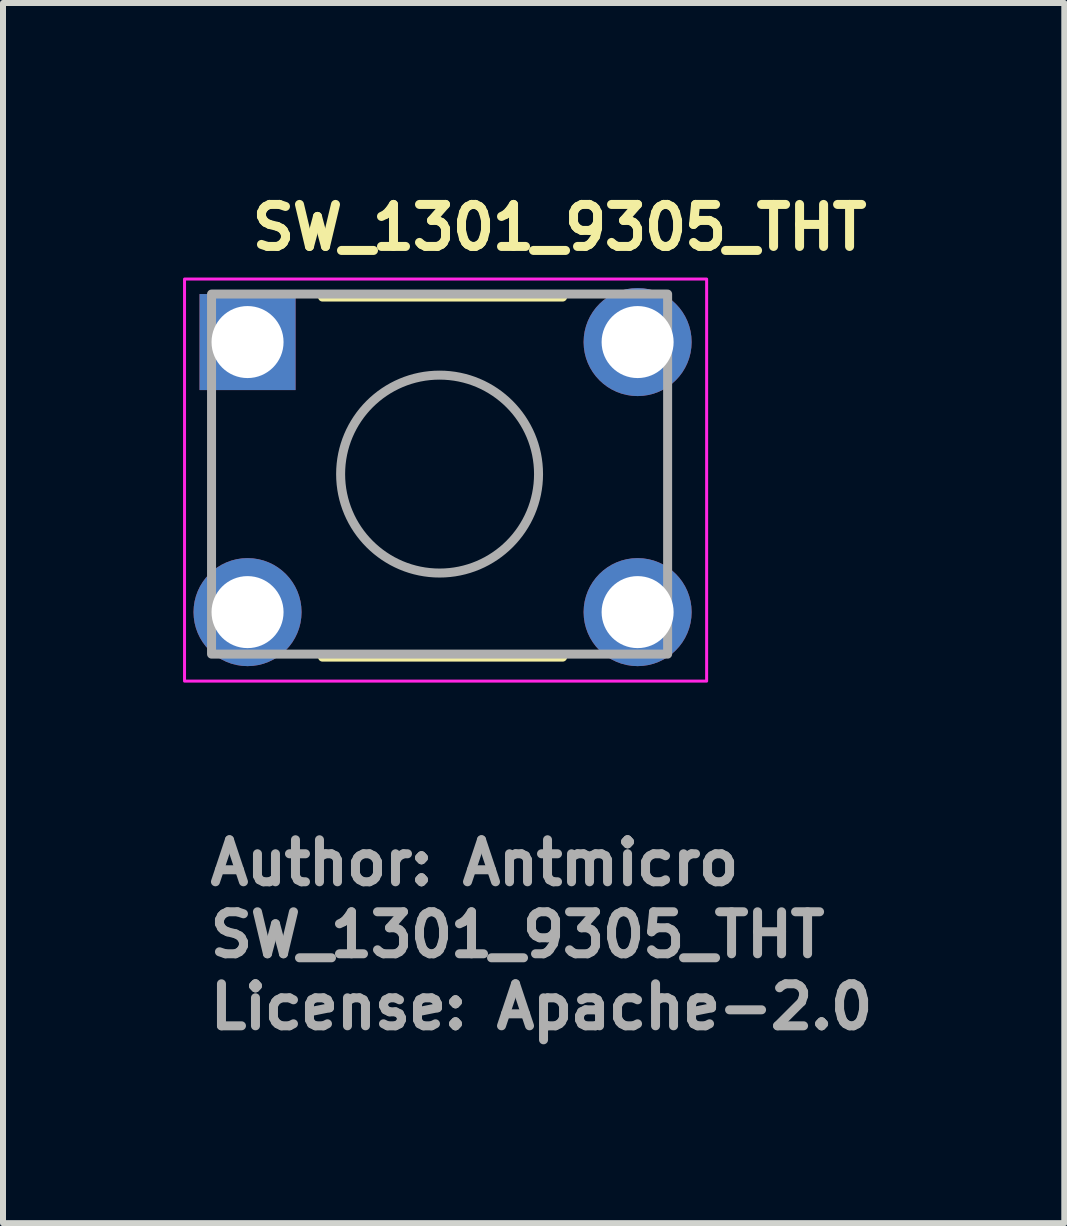
<source format=kicad_pcb>
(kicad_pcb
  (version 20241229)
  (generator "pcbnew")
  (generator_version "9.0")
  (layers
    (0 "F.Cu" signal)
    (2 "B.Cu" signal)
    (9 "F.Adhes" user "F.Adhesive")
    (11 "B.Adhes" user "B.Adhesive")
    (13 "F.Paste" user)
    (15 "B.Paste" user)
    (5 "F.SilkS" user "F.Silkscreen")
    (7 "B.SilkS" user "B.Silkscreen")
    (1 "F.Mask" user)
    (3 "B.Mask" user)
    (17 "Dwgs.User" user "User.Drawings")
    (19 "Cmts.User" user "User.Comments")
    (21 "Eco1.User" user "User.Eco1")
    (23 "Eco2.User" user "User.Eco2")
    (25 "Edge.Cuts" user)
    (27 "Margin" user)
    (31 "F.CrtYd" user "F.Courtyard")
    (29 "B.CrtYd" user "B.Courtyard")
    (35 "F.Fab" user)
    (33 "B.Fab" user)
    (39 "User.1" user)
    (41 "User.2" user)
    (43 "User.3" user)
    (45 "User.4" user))
  (footprint "SW_1301_9305_THT"
    (layer "F.Cu")
    (at 1.075 2.65)
    (property "Reference" "SW_1301_9305_THT" (at 0 -1.5 0) (layer "F.SilkS") (effects (font (size 0.7 0.7) (thickness 0.15)) (justify left bottom)))
    (attr through_hole)
    (fp_line (start 1.25 -0.75) (end 5.25 -0.75) (stroke (width 0.15) (type solid)) (layer "F.SilkS"))
    (fp_line (start 1.25 5.25) (end 5.25 5.25) (stroke (width 0.15) (type solid)) (layer "F.SilkS"))
    (fp_rect (start -1.05 -1.05) (end 7.65 5.65) (stroke (width 0.05) (type solid)) (fill no) (layer "F.CrtYd"))
    (fp_rect (start 7 -0.8) (end -0.6 5.2) (stroke (width 0.15) (type solid)) (fill no) (layer "F.Fab"))
    (fp_circle (center 3.2 2.2) (end 4.849 2.2) (stroke (width 0.15) (type solid)) (fill no) (layer "F.Fab"))
    (fp_rect (start -0.7 -0.795) (end 7.1 5.195) (stroke (width 0.1) (type solid)) (fill no) (layer "User.5"))
    (fp_line (start -0.7 -0.405) (end -0.7 0.305) (stroke (width 0.02) (type solid)) (layer "User.9"))
    (fp_line (start -0.7 -0.405) (end -0.679 -0.405) (stroke (width 0.02) (type solid)) (layer "User.9"))
    (fp_line (start -0.7 0.305) (end -0.679 0.305) (stroke (width 0.02) (type solid)) (layer "User.9"))
    (fp_line (start -0.7 4.095) (end -0.679 4.095) (stroke (width 0.02) (type solid)) (layer "User.9"))
    (fp_line (start -0.7 4.805) (end -0.7 4.095) (stroke (width 0.02) (type solid)) (layer "User.9"))
    (fp_line (start -0.7 4.805) (end -0.679 4.805) (stroke (width 0.02) (type solid)) (layer "User.9"))
    (fp_line (start -0.679 -0.405) (end -0.355 -0.405) (stroke (width 0.02) (type solid)) (layer "User.9"))
    (fp_line (start -0.679 0.305) (end -0.355 0.305) (stroke (width 0.02) (type solid)) (layer "User.9"))
    (fp_line (start -0.679 4.095) (end -0.355 4.095) (stroke (width 0.02) (type solid)) (layer "User.9"))
    (fp_line (start -0.679 4.805) (end -0.355 4.805) (stroke (width 0.02) (type solid)) (layer "User.9"))
    (fp_line (start -0.355 -0.405) (end -0.35 -0.405) (stroke (width 0.02) (type solid)) (layer "User.9"))
    (fp_line (start -0.355 0.305) (end -0.35 0.305) (stroke (width 0.02) (type solid)) (layer "User.9"))
    (fp_line (start -0.355 4.095) (end -0.35 4.095) (stroke (width 0.02) (type solid)) (layer "User.9"))
    (fp_line (start -0.355 4.805) (end -0.35 4.805) (stroke (width 0.02) (type solid)) (layer "User.9"))
    (fp_line (start -0.35 -0.405) (end -0.35 0.305) (stroke (width 0.02) (type solid)) (layer "User.9"))
    (fp_line (start -0.35 -0.405) (end -0.233 -0.405) (stroke (width 0.02) (type solid)) (layer "User.9"))
    (fp_line (start -0.35 0.305) (end -0.233 0.305) (stroke (width 0.02) (type solid)) (layer "User.9"))
    (fp_line (start -0.35 4.095) (end -0.233 4.095) (stroke (width 0.02) (type solid)) (layer "User.9"))
    (fp_line (start -0.35 4.805) (end -0.35 4.095) (stroke (width 0.02) (type solid)) (layer "User.9"))
    (fp_line (start -0.35 4.805) (end -0.233 4.805) (stroke (width 0.02) (type solid)) (layer "User.9"))
    (fp_line (start -0.233 -0.405) (end -0.233 -0.405) (stroke (width 0.02) (type solid)) (layer "User.9"))
    (fp_line (start -0.233 -0.405) (end 0.05 -0.405) (stroke (width 0.02) (type solid)) (layer "User.9"))
    (fp_line (start -0.233 0.305) (end -0.233 0.305) (stroke (width 0.02) (type solid)) (layer "User.9"))
    (fp_line (start -0.233 0.305) (end 0.05 0.305) (stroke (width 0.02) (type solid)) (layer "User.9"))
    (fp_line (start -0.233 4.095) (end -0.233 4.095) (stroke (width 0.02) (type solid)) (layer "User.9"))
    (fp_line (start -0.233 4.095) (end 0.05 4.095) (stroke (width 0.02) (type solid)) (layer "User.9"))
    (fp_line (start -0.233 4.805) (end -0.233 4.805) (stroke (width 0.02) (type solid)) (layer "User.9"))
    (fp_line (start -0.233 4.805) (end 0.05 4.805) (stroke (width 0.02) (type solid)) (layer "User.9"))
    (fp_line (start 0.05 -0.405) (end 0.205 -0.405) (stroke (width 0.02) (type solid)) (layer "User.9"))
    (fp_line (start 0.05 0.305) (end 0.205 0.305) (stroke (width 0.02) (type solid)) (layer "User.9"))
    (fp_line (start 0.05 4.095) (end 0.205 4.095) (stroke (width 0.02) (type solid)) (layer "User.9"))
    (fp_line (start 0.05 4.805) (end 0.205 4.805) (stroke (width 0.02) (type solid)) (layer "User.9"))
    (fp_line (start 0.205 -0.495) (end 0.205 4.895) (stroke (width 0.02) (type solid)) (layer "User.9"))
    (fp_line (start 0.205 -0.495) (end 0.205 4.895) (stroke (width 0.02) (type solid)) (layer "User.9"))
    (fp_line (start 0.205 4.895) (end 0.205 4.91) (stroke (width 0.02) (type solid)) (layer "User.9"))
    (fp_line (start 0.205 -0.51) (end 0.205 -0.495) (stroke (width 0.02) (type solid)) (layer "User.9"))
    (fp_line (start 0.205 4.91) (end 0.206 4.925) (stroke (width 0.02) (type solid)) (layer "User.9"))
    (fp_line (start 0.206 -0.525) (end 0.205 -0.51) (stroke (width 0.02) (type solid)) (layer "User.9"))
    (fp_line (start 0.206 4.925) (end 0.208 4.939) (stroke (width 0.02) (type solid)) (layer "User.9"))
    (fp_line (start 0.208 -0.539) (end 0.206 -0.525) (stroke (width 0.02) (type solid)) (layer "User.9"))
    (fp_line (start 0.208 4.939) (end 0.211 4.954) (stroke (width 0.02) (type solid)) (layer "User.9"))
    (fp_line (start 0.211 -0.554) (end 0.208 -0.539) (stroke (width 0.02) (type solid)) (layer "User.9"))
    (fp_line (start 0.211 4.954) (end 0.214 4.968) (stroke (width 0.02) (type solid)) (layer "User.9"))
    (fp_line (start 0.214 -0.568) (end 0.211 -0.554) (stroke (width 0.02) (type solid)) (layer "User.9"))
    (fp_line (start 0.214 4.968) (end 0.218 4.982) (stroke (width 0.02) (type solid)) (layer "User.9"))
    (fp_line (start 0.218 -0.582) (end 0.214 -0.568) (stroke (width 0.02) (type solid)) (layer "User.9"))
    (fp_line (start 0.218 4.982) (end 0.223 4.996) (stroke (width 0.02) (type solid)) (layer "User.9"))
    (fp_line (start 0.223 -0.596) (end 0.218 -0.582) (stroke (width 0.02) (type solid)) (layer "User.9"))
    (fp_line (start 0.223 4.996) (end 0.228 5.01) (stroke (width 0.02) (type solid)) (layer "User.9"))
    (fp_line (start 0.228 -0.61) (end 0.223 -0.596) (stroke (width 0.02) (type solid)) (layer "User.9"))
    (fp_line (start 0.228 5.01) (end 0.234 5.023) (stroke (width 0.02) (type solid)) (layer "User.9"))
    (fp_line (start 0.234 -0.623) (end 0.228 -0.61) (stroke (width 0.02) (type solid)) (layer "User.9"))
    (fp_line (start 0.234 5.023) (end 0.24 5.036) (stroke (width 0.02) (type solid)) (layer "User.9"))
    (fp_line (start 0.24 -0.636) (end 0.234 -0.623) (stroke (width 0.02) (type solid)) (layer "User.9"))
    (fp_line (start 0.24 5.036) (end 0.248 5.049) (stroke (width 0.02) (type solid)) (layer "User.9"))
    (fp_line (start 0.248 -0.649) (end 0.24 -0.636) (stroke (width 0.02) (type solid)) (layer "User.9"))
    (fp_line (start 0.248 5.049) (end 0.255 5.061) (stroke (width 0.02) (type solid)) (layer "User.9"))
    (fp_line (start 0.255 -0.661) (end 0.248 -0.649) (stroke (width 0.02) (type solid)) (layer "User.9"))
    (fp_line (start 0.255 5.061) (end 0.264 5.073) (stroke (width 0.02) (type solid)) (layer "User.9"))
    (fp_line (start 0.264 -0.673) (end 0.255 -0.661) (stroke (width 0.02) (type solid)) (layer "User.9"))
    (fp_line (start 0.264 5.073) (end 0.273 5.085) (stroke (width 0.02) (type solid)) (layer "User.9"))
    (fp_line (start 0.273 -0.685) (end 0.264 -0.673) (stroke (width 0.02) (type solid)) (layer "User.9"))
    (fp_line (start 0.273 5.085) (end 0.283 5.096) (stroke (width 0.02) (type solid)) (layer "User.9"))
    (fp_line (start 0.283 -0.696) (end 0.273 -0.685) (stroke (width 0.02) (type solid)) (layer "User.9"))
    (fp_line (start 0.283 5.096) (end 0.293 5.107) (stroke (width 0.02) (type solid)) (layer "User.9"))
    (fp_line (start 0.293 -0.707) (end 0.283 -0.696) (stroke (width 0.02) (type solid)) (layer "User.9"))
    (fp_line (start 0.293 -0.707) (end 0.293 -0.707) (stroke (width 0.02) (type solid)) (layer "User.9"))
    (fp_line (start 0.293 5.107) (end 0.293 5.107) (stroke (width 0.02) (type solid)) (layer "User.9"))
    (fp_line (start 0.293 5.107) (end 0.304 5.117) (stroke (width 0.02) (type solid)) (layer "User.9"))
    (fp_line (start 0.304 -0.717) (end 0.293 -0.707) (stroke (width 0.02) (type solid)) (layer "User.9"))
    (fp_line (start 0.304 5.117) (end 0.315 5.127) (stroke (width 0.02) (type solid)) (layer "User.9"))
    (fp_line (start 0.315 -0.727) (end 0.304 -0.717) (stroke (width 0.02) (type solid)) (layer "User.9"))
    (fp_line (start 0.315 5.127) (end 0.327 5.136) (stroke (width 0.02) (type solid)) (layer "User.9"))
    (fp_line (start 0.327 -0.736) (end 0.315 -0.727) (stroke (width 0.02) (type solid)) (layer "User.9"))
    (fp_line (start 0.327 5.136) (end 0.339 5.145) (stroke (width 0.02) (type solid)) (layer "User.9"))
    (fp_line (start 0.339 -0.745) (end 0.327 -0.736) (stroke (width 0.02) (type solid)) (layer "User.9"))
    (fp_line (start 0.339 5.145) (end 0.351 5.152) (stroke (width 0.02) (type solid)) (layer "User.9"))
    (fp_line (start 0.351 -0.752) (end 0.339 -0.745) (stroke (width 0.02) (type solid)) (layer "User.9"))
    (fp_line (start 0.351 5.152) (end 0.364 5.16) (stroke (width 0.02) (type solid)) (layer "User.9"))
    (fp_line (start 0.364 -0.76) (end 0.351 -0.752) (stroke (width 0.02) (type solid)) (layer "User.9"))
    (fp_line (start 0.364 5.16) (end 0.377 5.166) (stroke (width 0.02) (type solid)) (layer "User.9"))
    (fp_line (start 0.377 -0.766) (end 0.364 -0.76) (stroke (width 0.02) (type solid)) (layer "User.9"))
    (fp_line (start 0.377 5.166) (end 0.39 5.172) (stroke (width 0.02) (type solid)) (layer "User.9"))
    (fp_line (start 0.39 -0.772) (end 0.377 -0.766) (stroke (width 0.02) (type solid)) (layer "User.9"))
    (fp_line (start 0.39 5.172) (end 0.404 5.177) (stroke (width 0.02) (type solid)) (layer "User.9"))
    (fp_line (start 0.404 -0.777) (end 0.39 -0.772) (stroke (width 0.02) (type solid)) (layer "User.9"))
    (fp_line (start 0.404 5.177) (end 0.418 5.182) (stroke (width 0.02) (type solid)) (layer "User.9"))
    (fp_line (start 0.418 -0.782) (end 0.404 -0.777) (stroke (width 0.02) (type solid)) (layer "User.9"))
    (fp_line (start 0.418 5.182) (end 0.432 5.186) (stroke (width 0.02) (type solid)) (layer "User.9"))
    (fp_line (start 0.432 -0.786) (end 0.418 -0.782) (stroke (width 0.02) (type solid)) (layer "User.9"))
    (fp_line (start 0.432 5.186) (end 0.446 5.189) (stroke (width 0.02) (type solid)) (layer "User.9"))
    (fp_line (start 0.446 -0.789) (end 0.432 -0.786) (stroke (width 0.02) (type solid)) (layer "User.9"))
    (fp_line (start 0.446 5.189) (end 0.461 5.192) (stroke (width 0.02) (type solid)) (layer "User.9"))
    (fp_line (start 0.461 -0.792) (end 0.446 -0.789) (stroke (width 0.02) (type solid)) (layer "User.9"))
    (fp_line (start 0.461 5.192) (end 0.475 5.194) (stroke (width 0.02) (type solid)) (layer "User.9"))
    (fp_line (start 0.475 -0.794) (end 0.461 -0.792) (stroke (width 0.02) (type solid)) (layer "User.9"))
    (fp_line (start 0.475 5.194) (end 0.49 5.195) (stroke (width 0.02) (type solid)) (layer "User.9"))
    (fp_line (start 0.49 -0.795) (end 0.475 -0.794) (stroke (width 0.02) (type solid)) (layer "User.9"))
    (fp_line (start 0.49 5.195) (end 0.505 5.195) (stroke (width 0.02) (type solid)) (layer "User.9"))
    (fp_line (start 0.505 -0.795) (end 0.49 -0.795) (stroke (width 0.02) (type solid)) (layer "User.9"))
    (fp_line (start 0.505 5.195) (end 5.895 5.195) (stroke (width 0.02) (type solid)) (layer "User.9"))
    (fp_line (start 0.505 5.195) (end 5.895 5.195) (stroke (width 0.02) (type solid)) (layer "User.9"))
    (fp_line (start 0.75 0.2) (end 0.751 0.171) (stroke (width 0.02) (type solid)) (layer "User.9"))
    (fp_line (start 0.75 4.2) (end 0.751 4.17) (stroke (width 0.02) (type solid)) (layer "User.9"))
    (fp_line (start 0.75 4.215) (end 0.75 4.2) (stroke (width 0.02) (type solid)) (layer "User.9"))
    (fp_line (start 0.751 0.171) (end 0.754 0.142) (stroke (width 0.02) (type solid)) (layer "User.9"))
    (fp_line (start 0.751 0.229) (end 0.75 0.2) (stroke (width 0.02) (type solid)) (layer "User.9"))
    (fp_line (start 0.751 4.17) (end 0.754 4.14) (stroke (width 0.02) (type solid)) (layer "User.9"))
    (fp_line (start 0.751 4.23) (end 0.75 4.215) (stroke (width 0.02) (type solid)) (layer "User.9"))
    (fp_line (start 0.752 4.245) (end 0.751 4.23) (stroke (width 0.02) (type solid)) (layer "User.9"))
    (fp_line (start 0.754 0.142) (end 0.758 0.113) (stroke (width 0.02) (type solid)) (layer "User.9"))
    (fp_line (start 0.754 0.258) (end 0.751 0.229) (stroke (width 0.02) (type solid)) (layer "User.9"))
    (fp_line (start 0.754 4.14) (end 0.759 4.111) (stroke (width 0.02) (type solid)) (layer "User.9"))
    (fp_line (start 0.754 4.26) (end 0.752 4.245) (stroke (width 0.02) (type solid)) (layer "User.9"))
    (fp_line (start 0.756 4.274) (end 0.754 4.26) (stroke (width 0.02) (type solid)) (layer "User.9"))
    (fp_line (start 0.758 0.113) (end 0.765 0.084) (stroke (width 0.02) (type solid)) (layer "User.9"))
    (fp_line (start 0.758 0.287) (end 0.754 0.258) (stroke (width 0.02) (type solid)) (layer "User.9"))
    (fp_line (start 0.759 4.111) (end 0.766 4.083) (stroke (width 0.02) (type solid)) (layer "User.9"))
    (fp_line (start 0.759 4.289) (end 0.756 4.274) (stroke (width 0.02) (type solid)) (layer "User.9"))
    (fp_line (start 0.762 4.303) (end 0.759 4.289) (stroke (width 0.02) (type solid)) (layer "User.9"))
    (fp_line (start 0.765 0.084) (end 0.774 0.056) (stroke (width 0.02) (type solid)) (layer "User.9"))
    (fp_line (start 0.765 0.316) (end 0.758 0.287) (stroke (width 0.02) (type solid)) (layer "User.9"))
    (fp_line (start 0.766 4.083) (end 0.774 4.055) (stroke (width 0.02) (type solid)) (layer "User.9"))
    (fp_line (start 0.766 4.317) (end 0.762 4.303) (stroke (width 0.02) (type solid)) (layer "User.9"))
    (fp_line (start 0.77 4.332) (end 0.766 4.317) (stroke (width 0.02) (type solid)) (layer "User.9"))
    (fp_line (start 0.774 0.056) (end 0.784 0.029) (stroke (width 0.02) (type solid)) (layer "User.9"))
    (fp_line (start 0.774 0.344) (end 0.765 0.316) (stroke (width 0.02) (type solid)) (layer "User.9"))
    (fp_line (start 0.774 4.055) (end 0.784 4.027) (stroke (width 0.02) (type solid)) (layer "User.9"))
    (fp_line (start 0.774 4.345) (end 0.77 4.332) (stroke (width 0.02) (type solid)) (layer "User.9"))
    (fp_line (start 0.779 4.359) (end 0.774 4.345) (stroke (width 0.02) (type solid)) (layer "User.9"))
    (fp_line (start 0.784 0.029) (end 0.796 0.001) (stroke (width 0.02) (type solid)) (layer "User.9"))
    (fp_line (start 0.784 0.371) (end 0.774 0.344) (stroke (width 0.02) (type solid)) (layer "User.9"))
    (fp_line (start 0.784 4.027) (end 0.797 4.001) (stroke (width 0.02) (type solid)) (layer "User.9"))
    (fp_line (start 0.784 4.373) (end 0.779 4.359) (stroke (width 0.02) (type solid)) (layer "User.9"))
    (fp_line (start 0.79 4.386) (end 0.784 4.373) (stroke (width 0.02) (type solid)) (layer "User.9"))
    (fp_line (start 0.796 0.001) (end 0.81 -0.025) (stroke (width 0.02) (type solid)) (layer "User.9"))
    (fp_line (start 0.796 0.399) (end 0.784 0.371) (stroke (width 0.02) (type solid)) (layer "User.9"))
    (fp_line (start 0.797 4.001) (end 0.81 3.975) (stroke (width 0.02) (type solid)) (layer "User.9"))
    (fp_line (start 0.797 4.399) (end 0.79 4.386) (stroke (width 0.02) (type solid)) (layer "User.9"))
    (fp_line (start 0.803 4.412) (end 0.797 4.399) (stroke (width 0.02) (type solid)) (layer "User.9"))
    (fp_line (start 0.81 -0.025) (end 0.81 -0.025) (stroke (width 0.02) (type solid)) (layer "User.9"))
    (fp_line (start 0.81 -0.025) (end 0.818 -0.038) (stroke (width 0.02) (type solid)) (layer "User.9"))
    (fp_line (start 0.81 0.425) (end 0.796 0.399) (stroke (width 0.02) (type solid)) (layer "User.9"))
    (fp_line (start 0.81 0.425) (end 0.81 0.425) (stroke (width 0.02) (type solid)) (layer "User.9"))
    (fp_line (start 0.81 3.975) (end 0.826 3.95) (stroke (width 0.02) (type solid)) (layer "User.9"))
    (fp_line (start 0.81 4.425) (end 0.803 4.412) (stroke (width 0.02) (type solid)) (layer "User.9"))
    (fp_line (start 0.818 4.437) (end 0.81 4.425) (stroke (width 0.02) (type solid)) (layer "User.9"))
    (fp_line (start 0.818 -0.038) (end 0.826 -0.05) (stroke (width 0.02) (type solid)) (layer "User.9"))
    (fp_line (start 0.826 3.95) (end 0.843 3.927) (stroke (width 0.02) (type solid)) (layer "User.9"))
    (fp_line (start 0.826 4.45) (end 0.818 4.437) (stroke (width 0.02) (type solid)) (layer "User.9"))
    (fp_line (start 0.826 -0.05) (end 0.835 -0.063) (stroke (width 0.02) (type solid)) (layer "User.9"))
    (fp_line (start 0.826 0.45) (end 0.81 0.425) (stroke (width 0.02) (type solid)) (layer "User.9"))
    (fp_line (start 0.834 4.462) (end 0.826 4.45) (stroke (width 0.02) (type solid)) (layer "User.9"))
    (fp_line (start 0.835 -0.063) (end 0.844 -0.075) (stroke (width 0.02) (type solid)) (layer "User.9"))
    (fp_line (start 0.843 3.927) (end 0.861 3.904) (stroke (width 0.02) (type solid)) (layer "User.9"))
    (fp_line (start 0.843 4.473) (end 0.834 4.462) (stroke (width 0.02) (type solid)) (layer "User.9"))
    (fp_line (start 0.844 -0.075) (end 0.853 -0.086) (stroke (width 0.02) (type solid)) (layer "User.9"))
    (fp_line (start 0.844 0.475) (end 0.826 0.45) (stroke (width 0.02) (type solid)) (layer "User.9"))
    (fp_line (start 0.852 4.485) (end 0.843 4.473) (stroke (width 0.02) (type solid)) (layer "User.9"))
    (fp_line (start 0.853 -0.086) (end 0.862 -0.097) (stroke (width 0.02) (type solid)) (layer "User.9"))
    (fp_line (start 0.861 3.904) (end 0.881 3.882) (stroke (width 0.02) (type solid)) (layer "User.9"))
    (fp_line (start 0.861 4.496) (end 0.852 4.485) (stroke (width 0.02) (type solid)) (layer "User.9"))
    (fp_line (start 0.862 -0.097) (end 0.872 -0.108) (stroke (width 0.02) (type solid)) (layer "User.9"))
    (fp_line (start 0.862 0.497) (end 0.844 0.475) (stroke (width 0.02) (type solid)) (layer "User.9"))
    (fp_line (start 0.871 4.507) (end 0.861 4.496) (stroke (width 0.02) (type solid)) (layer "User.9"))
    (fp_line (start 0.872 -0.108) (end 0.882 -0.119) (stroke (width 0.02) (type solid)) (layer "User.9"))
    (fp_line (start 0.881 3.882) (end 0.903 3.862) (stroke (width 0.02) (type solid)) (layer "User.9"))
    (fp_line (start 0.881 4.518) (end 0.871 4.507) (stroke (width 0.02) (type solid)) (layer "User.9"))
    (fp_line (start 0.882 -0.119) (end 0.893 -0.129) (stroke (width 0.02) (type solid)) (layer "User.9"))
    (fp_line (start 0.882 0.519) (end 0.862 0.497) (stroke (width 0.02) (type solid)) (layer "User.9"))
    (fp_line (start 0.892 4.528) (end 0.881 4.518) (stroke (width 0.02) (type solid)) (layer "User.9"))
    (fp_line (start 0.893 -0.129) (end 0.904 -0.139) (stroke (width 0.02) (type solid)) (layer "User.9"))
    (fp_line (start 0.903 3.862) (end 0.925 3.844) (stroke (width 0.02) (type solid)) (layer "User.9"))
    (fp_line (start 0.903 4.538) (end 0.892 4.528) (stroke (width 0.02) (type solid)) (layer "User.9"))
    (fp_line (start 0.904 -0.139) (end 0.915 -0.148) (stroke (width 0.02) (type solid)) (layer "User.9"))
    (fp_line (start 0.904 0.539) (end 0.882 0.519) (stroke (width 0.02) (type solid)) (layer "User.9"))
    (fp_line (start 0.914 4.547) (end 0.903 4.538) (stroke (width 0.02) (type solid)) (layer "User.9"))
    (fp_line (start 0.915 -0.148) (end 0.927 -0.157) (stroke (width 0.02) (type solid)) (layer "User.9"))
    (fp_line (start 0.925 3.844) (end 0.95 3.826) (stroke (width 0.02) (type solid)) (layer "User.9"))
    (fp_line (start 0.925 4.556) (end 0.914 4.547) (stroke (width 0.02) (type solid)) (layer "User.9"))
    (fp_line (start 0.927 -0.157) (end 0.938 -0.166) (stroke (width 0.02) (type solid)) (layer "User.9"))
    (fp_line (start 0.927 0.557) (end 0.904 0.539) (stroke (width 0.02) (type solid)) (layer "User.9"))
    (fp_line (start 0.937 4.565) (end 0.925 4.556) (stroke (width 0.02) (type solid)) (layer "User.9"))
    (fp_line (start 0.938 -0.166) (end 0.95 -0.174) (stroke (width 0.02) (type solid)) (layer "User.9"))
    (fp_line (start 0.95 3.826) (end 0.975 3.81) (stroke (width 0.02) (type solid)) (layer "User.9"))
    (fp_line (start 0.95 4.574) (end 0.937 4.565) (stroke (width 0.02) (type solid)) (layer "User.9"))
    (fp_line (start 0.95 -0.174) (end 0.963 -0.182) (stroke (width 0.02) (type solid)) (layer "User.9"))
    (fp_line (start 0.95 0.574) (end 0.927 0.557) (stroke (width 0.02) (type solid)) (layer "User.9"))
    (fp_line (start 0.962 4.582) (end 0.95 4.574) (stroke (width 0.02) (type solid)) (layer "User.9"))
    (fp_line (start 0.963 -0.182) (end 0.975 -0.19) (stroke (width 0.02) (type solid)) (layer "User.9"))
    (fp_line (start 0.975 -0.19) (end 0.988 -0.197) (stroke (width 0.02) (type solid)) (layer "User.9"))
    (fp_line (start 0.975 0.59) (end 0.95 0.574) (stroke (width 0.02) (type solid)) (layer "User.9"))
    (fp_line (start 0.975 3.81) (end 0.975 3.81) (stroke (width 0.02) (type solid)) (layer "User.9"))
    (fp_line (start 0.975 3.81) (end 1.001 3.796) (stroke (width 0.02) (type solid)) (layer "User.9"))
    (fp_line (start 0.975 4.59) (end 0.962 4.582) (stroke (width 0.02) (type solid)) (layer "User.9"))
    (fp_line (start 0.975 4.59) (end 0.975 4.59) (stroke (width 0.02) (type solid)) (layer "User.9"))
    (fp_line (start 0.988 -0.197) (end 1.001 -0.203) (stroke (width 0.02) (type solid)) (layer "User.9"))
    (fp_line (start 1.001 -0.203) (end 1.014 -0.21) (stroke (width 0.02) (type solid)) (layer "User.9"))
    (fp_line (start 1.001 0.603) (end 0.975 0.59) (stroke (width 0.02) (type solid)) (layer "User.9"))
    (fp_line (start 1.001 3.796) (end 1.029 3.784) (stroke (width 0.02) (type solid)) (layer "User.9"))
    (fp_line (start 1.001 4.604) (end 0.975 4.59) (stroke (width 0.02) (type solid)) (layer "User.9"))
    (fp_line (start 1.014 -0.21) (end 1.027 -0.216) (stroke (width 0.02) (type solid)) (layer "User.9"))
    (fp_line (start 1.027 -0.216) (end 1.041 -0.221) (stroke (width 0.02) (type solid)) (layer "User.9"))
    (fp_line (start 1.027 0.616) (end 1.001 0.603) (stroke (width 0.02) (type solid)) (layer "User.9"))
    (fp_line (start 1.029 3.784) (end 1.056 3.774) (stroke (width 0.02) (type solid)) (layer "User.9"))
    (fp_line (start 1.029 4.616) (end 1.001 4.604) (stroke (width 0.02) (type solid)) (layer "User.9"))
    (fp_line (start 1.041 -0.221) (end 1.055 -0.226) (stroke (width 0.02) (type solid)) (layer "User.9"))
    (fp_line (start 1.055 -0.226) (end 1.068 -0.23) (stroke (width 0.02) (type solid)) (layer "User.9"))
    (fp_line (start 1.055 0.626) (end 1.027 0.616) (stroke (width 0.02) (type solid)) (layer "User.9"))
    (fp_line (start 1.056 3.774) (end 1.084 3.765) (stroke (width 0.02) (type solid)) (layer "User.9"))
    (fp_line (start 1.056 4.626) (end 1.029 4.616) (stroke (width 0.02) (type solid)) (layer "User.9"))
    (fp_line (start 1.068 -0.23) (end 1.083 -0.234) (stroke (width 0.02) (type solid)) (layer "User.9"))
    (fp_line (start 1.083 -0.234) (end 1.097 -0.238) (stroke (width 0.02) (type solid)) (layer "User.9"))
    (fp_line (start 1.083 0.634) (end 1.055 0.626) (stroke (width 0.02) (type solid)) (layer "User.9"))
    (fp_line (start 1.084 3.765) (end 1.113 3.758) (stroke (width 0.02) (type solid)) (layer "User.9"))
    (fp_line (start 1.084 4.635) (end 1.056 4.626) (stroke (width 0.02) (type solid)) (layer "User.9"))
    (fp_line (start 1.097 -0.238) (end 1.111 -0.241) (stroke (width 0.02) (type solid)) (layer "User.9"))
    (fp_line (start 1.111 -0.241) (end 1.126 -0.244) (stroke (width 0.02) (type solid)) (layer "User.9"))
    (fp_line (start 1.111 0.641) (end 1.083 0.634) (stroke (width 0.02) (type solid)) (layer "User.9"))
    (fp_line (start 1.113 3.758) (end 1.142 3.754) (stroke (width 0.02) (type solid)) (layer "User.9"))
    (fp_line (start 1.113 4.642) (end 1.084 4.635) (stroke (width 0.02) (type solid)) (layer "User.9"))
    (fp_line (start 1.126 -0.244) (end 1.14 -0.246) (stroke (width 0.02) (type solid)) (layer "User.9"))
    (fp_line (start 1.14 -0.246) (end 1.155 -0.248) (stroke (width 0.02) (type solid)) (layer "User.9"))
    (fp_line (start 1.14 0.646) (end 1.111 0.641) (stroke (width 0.02) (type solid)) (layer "User.9"))
    (fp_line (start 1.142 3.754) (end 1.171 3.751) (stroke (width 0.02) (type solid)) (layer "User.9"))
    (fp_line (start 1.142 4.646) (end 1.113 4.642) (stroke (width 0.02) (type solid)) (layer "User.9"))
    (fp_line (start 1.155 -0.248) (end 1.17 -0.249) (stroke (width 0.02) (type solid)) (layer "User.9"))
    (fp_line (start 1.17 -0.249) (end 1.185 -0.25) (stroke (width 0.02) (type solid)) (layer "User.9"))
    (fp_line (start 1.17 0.649) (end 1.14 0.646) (stroke (width 0.02) (type solid)) (layer "User.9"))
    (fp_line (start 1.171 3.751) (end 1.2 3.75) (stroke (width 0.02) (type solid)) (layer "User.9"))
    (fp_line (start 1.171 4.649) (end 1.142 4.646) (stroke (width 0.02) (type solid)) (layer "User.9"))
    (fp_line (start 1.185 -0.25) (end 1.2 -0.25) (stroke (width 0.02) (type solid)) (layer "User.9"))
    (fp_line (start 1.2 -0.25) (end 1.23 -0.249) (stroke (width 0.02) (type solid)) (layer "User.9"))
    (fp_line (start 1.2 0.65) (end 1.17 0.649) (stroke (width 0.02) (type solid)) (layer "User.9"))
    (fp_line (start 1.2 3.75) (end 1.229 3.751) (stroke (width 0.02) (type solid)) (layer "User.9"))
    (fp_line (start 1.2 4.65) (end 1.171 4.649) (stroke (width 0.02) (type solid)) (layer "User.9"))
    (fp_line (start 1.215 0.65) (end 1.2 0.65) (stroke (width 0.02) (type solid)) (layer "User.9"))
    (fp_line (start 1.229 3.751) (end 1.258 3.754) (stroke (width 0.02) (type solid)) (layer "User.9"))
    (fp_line (start 1.229 4.649) (end 1.2 4.65) (stroke (width 0.02) (type solid)) (layer "User.9"))
    (fp_line (start 1.23 -0.249) (end 1.26 -0.246) (stroke (width 0.02) (type solid)) (layer "User.9"))
    (fp_line (start 1.23 0.649) (end 1.215 0.65) (stroke (width 0.02) (type solid)) (layer "User.9"))
    (fp_line (start 1.245 0.648) (end 1.23 0.649) (stroke (width 0.02) (type solid)) (layer "User.9"))
    (fp_line (start 1.258 3.754) (end 1.287 3.758) (stroke (width 0.02) (type solid)) (layer "User.9"))
    (fp_line (start 1.258 4.646) (end 1.229 4.649) (stroke (width 0.02) (type solid)) (layer "User.9"))
    (fp_line (start 1.26 -0.246) (end 1.289 -0.241) (stroke (width 0.02) (type solid)) (layer "User.9"))
    (fp_line (start 1.26 0.646) (end 1.245 0.648) (stroke (width 0.02) (type solid)) (layer "User.9"))
    (fp_line (start 1.274 0.644) (end 1.26 0.646) (stroke (width 0.02) (type solid)) (layer "User.9"))
    (fp_line (start 1.287 3.758) (end 1.316 3.765) (stroke (width 0.02) (type solid)) (layer "User.9"))
    (fp_line (start 1.287 4.642) (end 1.258 4.646) (stroke (width 0.02) (type solid)) (layer "User.9"))
    (fp_line (start 1.289 -0.241) (end 1.317 -0.234) (stroke (width 0.02) (type solid)) (layer "User.9"))
    (fp_line (start 1.289 0.641) (end 1.274 0.644) (stroke (width 0.02) (type solid)) (layer "User.9"))
    (fp_line (start 1.303 0.638) (end 1.289 0.641) (stroke (width 0.02) (type solid)) (layer "User.9"))
    (fp_line (start 1.316 3.765) (end 1.344 3.774) (stroke (width 0.02) (type solid)) (layer "User.9"))
    (fp_line (start 1.316 4.635) (end 1.287 4.642) (stroke (width 0.02) (type solid)) (layer "User.9"))
    (fp_line (start 1.317 -0.234) (end 1.345 -0.226) (stroke (width 0.02) (type solid)) (layer "User.9"))
    (fp_line (start 1.317 0.634) (end 1.303 0.638) (stroke (width 0.02) (type solid)) (layer "User.9"))
    (fp_line (start 1.332 0.63) (end 1.317 0.634) (stroke (width 0.02) (type solid)) (layer "User.9"))
    (fp_line (start 1.344 3.774) (end 1.371 3.784) (stroke (width 0.02) (type solid)) (layer "User.9"))
    (fp_line (start 1.344 4.626) (end 1.316 4.635) (stroke (width 0.02) (type solid)) (layer "User.9"))
    (fp_line (start 1.345 -0.226) (end 1.373 -0.216) (stroke (width 0.02) (type solid)) (layer "User.9"))
    (fp_line (start 1.345 0.626) (end 1.332 0.63) (stroke (width 0.02) (type solid)) (layer "User.9"))
    (fp_line (start 1.359 0.621) (end 1.345 0.626) (stroke (width 0.02) (type solid)) (layer "User.9"))
    (fp_line (start 1.371 3.784) (end 1.399 3.796) (stroke (width 0.02) (type solid)) (layer "User.9"))
    (fp_line (start 1.371 4.616) (end 1.344 4.626) (stroke (width 0.02) (type solid)) (layer "User.9"))
    (fp_line (start 1.373 -0.216) (end 1.399 -0.203) (stroke (width 0.02) (type solid)) (layer "User.9"))
    (fp_line (start 1.373 0.616) (end 1.359 0.621) (stroke (width 0.02) (type solid)) (layer "User.9"))
    (fp_line (start 1.386 0.61) (end 1.373 0.616) (stroke (width 0.02) (type solid)) (layer "User.9"))
    (fp_line (start 1.399 3.796) (end 1.425 3.81) (stroke (width 0.02) (type solid)) (layer "User.9"))
    (fp_line (start 1.399 4.604) (end 1.371 4.616) (stroke (width 0.02) (type solid)) (layer "User.9"))
    (fp_line (start 1.399 -0.203) (end 1.425 -0.19) (stroke (width 0.02) (type solid)) (layer "User.9"))
    (fp_line (start 1.399 0.603) (end 1.386 0.61) (stroke (width 0.02) (type solid)) (layer "User.9"))
    (fp_line (start 1.412 0.597) (end 1.399 0.603) (stroke (width 0.02) (type solid)) (layer "User.9"))
    (fp_line (start 1.425 -0.19) (end 1.45 -0.174) (stroke (width 0.02) (type solid)) (layer "User.9"))
    (fp_line (start 1.425 0.59) (end 1.412 0.597) (stroke (width 0.02) (type solid)) (layer "User.9"))
    (fp_line (start 1.425 3.81) (end 1.425 3.81) (stroke (width 0.02) (type solid)) (layer "User.9"))
    (fp_line (start 1.425 3.81) (end 1.438 3.818) (stroke (width 0.02) (type solid)) (layer "User.9"))
    (fp_line (start 1.425 4.59) (end 1.399 4.604) (stroke (width 0.02) (type solid)) (layer "User.9"))
    (fp_line (start 1.425 4.59) (end 1.425 4.59) (stroke (width 0.02) (type solid)) (layer "User.9"))
    (fp_line (start 1.437 0.582) (end 1.425 0.59) (stroke (width 0.02) (type solid)) (layer "User.9"))
    (fp_line (start 1.438 3.818) (end 1.45 3.826) (stroke (width 0.02) (type solid)) (layer "User.9"))
    (fp_line (start 1.445 2.2) (end 1.447 2.11) (stroke (width 0.02) (type solid)) (layer "User.9"))
    (fp_line (start 1.447 2.11) (end 1.454 2.021) (stroke (width 0.02) (type solid)) (layer "User.9"))
    (fp_line (start 1.447 2.29) (end 1.445 2.2) (stroke (width 0.02) (type solid)) (layer "User.9"))
    (fp_line (start 1.45 -0.174) (end 1.473 -0.157) (stroke (width 0.02) (type solid)) (layer "User.9"))
    (fp_line (start 1.45 0.574) (end 1.437 0.582) (stroke (width 0.02) (type solid)) (layer "User.9"))
    (fp_line (start 1.45 3.826) (end 1.463 3.835) (stroke (width 0.02) (type solid)) (layer "User.9"))
    (fp_line (start 1.45 4.574) (end 1.425 4.59) (stroke (width 0.02) (type solid)) (layer "User.9"))
    (fp_line (start 1.454 2.021) (end 1.465 1.933) (stroke (width 0.02) (type solid)) (layer "User.9"))
    (fp_line (start 1.454 2.379) (end 1.447 2.29) (stroke (width 0.02) (type solid)) (layer "User.9"))
    (fp_line (start 1.462 0.566) (end 1.45 0.574) (stroke (width 0.02) (type solid)) (layer "User.9"))
    (fp_line (start 1.463 3.835) (end 1.475 3.844) (stroke (width 0.02) (type solid)) (layer "User.9"))
    (fp_line (start 1.465 1.933) (end 1.481 1.846) (stroke (width 0.02) (type solid)) (layer "User.9"))
    (fp_line (start 1.465 2.467) (end 1.454 2.379) (stroke (width 0.02) (type solid)) (layer "User.9"))
    (fp_line (start 1.473 -0.157) (end 1.496 -0.139) (stroke (width 0.02) (type solid)) (layer "User.9"))
    (fp_line (start 1.473 0.557) (end 1.462 0.566) (stroke (width 0.02) (type solid)) (layer "User.9"))
    (fp_line (start 1.475 3.844) (end 1.486 3.853) (stroke (width 0.02) (type solid)) (layer "User.9"))
    (fp_line (start 1.475 4.556) (end 1.45 4.574) (stroke (width 0.02) (type solid)) (layer "User.9"))
    (fp_line (start 1.481 1.846) (end 1.5 1.762) (stroke (width 0.02) (type solid)) (layer "User.9"))
    (fp_line (start 1.481 2.554) (end 1.465 2.467) (stroke (width 0.02) (type solid)) (layer "User.9"))
    (fp_line (start 1.485 0.548) (end 1.473 0.557) (stroke (width 0.02) (type solid)) (layer "User.9"))
    (fp_line (start 1.486 3.853) (end 1.497 3.862) (stroke (width 0.02) (type solid)) (layer "User.9"))
    (fp_line (start 1.496 -0.139) (end 1.518 -0.119) (stroke (width 0.02) (type solid)) (layer "User.9"))
    (fp_line (start 1.496 0.539) (end 1.485 0.548) (stroke (width 0.02) (type solid)) (layer "User.9"))
    (fp_line (start 1.497 3.862) (end 1.508 3.872) (stroke (width 0.02) (type solid)) (layer "User.9"))
    (fp_line (start 1.497 4.538) (end 1.475 4.556) (stroke (width 0.02) (type solid)) (layer "User.9"))
    (fp_line (start 1.5 1.762) (end 1.524 1.678) (stroke (width 0.02) (type solid)) (layer "User.9"))
    (fp_line (start 1.5 2.638) (end 1.481 2.554) (stroke (width 0.02) (type solid)) (layer "User.9"))
    (fp_line (start 1.507 0.529) (end 1.496 0.539) (stroke (width 0.02) (type solid)) (layer "User.9"))
    (fp_line (start 1.508 3.872) (end 1.519 3.882) (stroke (width 0.02) (type solid)) (layer "User.9"))
    (fp_line (start 1.518 -0.119) (end 1.538 -0.097) (stroke (width 0.02) (type solid)) (layer "User.9"))
    (fp_line (start 1.518 0.519) (end 1.507 0.529) (stroke (width 0.02) (type solid)) (layer "User.9"))
    (fp_line (start 1.519 3.882) (end 1.529 3.893) (stroke (width 0.02) (type solid)) (layer "User.9"))
    (fp_line (start 1.519 4.518) (end 1.497 4.538) (stroke (width 0.02) (type solid)) (layer "User.9"))
    (fp_line (start 1.524 1.678) (end 1.552 1.597) (stroke (width 0.02) (type solid)) (layer "User.9"))
    (fp_line (start 1.524 2.722) (end 1.5 2.638) (stroke (width 0.02) (type solid)) (layer "User.9"))
    (fp_line (start 1.528 0.508) (end 1.518 0.519) (stroke (width 0.02) (type solid)) (layer "User.9"))
    (fp_line (start 1.529 3.893) (end 1.539 3.904) (stroke (width 0.02) (type solid)) (layer "User.9"))
    (fp_line (start 1.538 -0.097) (end 1.556 -0.075) (stroke (width 0.02) (type solid)) (layer "User.9"))
    (fp_line (start 1.538 0.497) (end 1.528 0.508) (stroke (width 0.02) (type solid)) (layer "User.9"))
    (fp_line (start 1.539 3.904) (end 1.548 3.915) (stroke (width 0.02) (type solid)) (layer "User.9"))
    (fp_line (start 1.539 4.496) (end 1.519 4.518) (stroke (width 0.02) (type solid)) (layer "User.9"))
    (fp_line (start 1.547 0.486) (end 1.538 0.497) (stroke (width 0.02) (type solid)) (layer "User.9"))
    (fp_line (start 1.548 3.915) (end 1.557 3.927) (stroke (width 0.02) (type solid)) (layer "User.9"))
    (fp_line (start 1.552 1.597) (end 1.583 1.517) (stroke (width 0.02) (type solid)) (layer "User.9"))
    (fp_line (start 1.552 2.803) (end 1.524 2.722) (stroke (width 0.02) (type solid)) (layer "User.9"))
    (fp_line (start 1.556 -0.075) (end 1.574 -0.05) (stroke (width 0.02) (type solid)) (layer "User.9"))
    (fp_line (start 1.556 0.475) (end 1.547 0.486) (stroke (width 0.02) (type solid)) (layer "User.9"))
    (fp_line (start 1.557 3.927) (end 1.566 3.938) (stroke (width 0.02) (type solid)) (layer "User.9"))
    (fp_line (start 1.557 4.473) (end 1.539 4.496) (stroke (width 0.02) (type solid)) (layer "User.9"))
    (fp_line (start 1.565 0.463) (end 1.556 0.475) (stroke (width 0.02) (type solid)) (layer "User.9"))
    (fp_line (start 1.566 3.938) (end 1.574 3.95) (stroke (width 0.02) (type solid)) (layer "User.9"))
    (fp_line (start 1.574 -0.05) (end 1.59 -0.025) (stroke (width 0.02) (type solid)) (layer "User.9"))
    (fp_line (start 1.574 0.45) (end 1.565 0.463) (stroke (width 0.02) (type solid)) (layer "User.9"))
    (fp_line (start 1.574 3.95) (end 1.582 3.963) (stroke (width 0.02) (type solid)) (layer "User.9"))
    (fp_line (start 1.574 4.45) (end 1.557 4.473) (stroke (width 0.02) (type solid)) (layer "User.9"))
    (fp_line (start 1.582 0.438) (end 1.574 0.45) (stroke (width 0.02) (type solid)) (layer "User.9"))
    (fp_line (start 1.582 3.963) (end 1.59 3.975) (stroke (width 0.02) (type solid)) (layer "User.9"))
    (fp_line (start 1.583 1.517) (end 1.618 1.439) (stroke (width 0.02) (type solid)) (layer "User.9"))
    (fp_line (start 1.583 2.883) (end 1.552 2.803) (stroke (width 0.02) (type solid)) (layer "User.9"))
    (fp_line (start 1.59 -0.025) (end 1.59 -0.025) (stroke (width 0.02) (type solid)) (layer "User.9"))
    (fp_line (start 1.59 -0.025) (end 1.604 0.001) (stroke (width 0.02) (type solid)) (layer "User.9"))
    (fp_line (start 1.59 0.425) (end 1.582 0.438) (stroke (width 0.02) (type solid)) (layer "User.9"))
    (fp_line (start 1.59 0.425) (end 1.59 0.425) (stroke (width 0.02) (type solid)) (layer "User.9"))
    (fp_line (start 1.59 3.975) (end 1.597 3.988) (stroke (width 0.02) (type solid)) (layer "User.9"))
    (fp_line (start 1.59 4.425) (end 1.574 4.45) (stroke (width 0.02) (type solid)) (layer "User.9"))
    (fp_line (start 1.597 3.988) (end 1.603 4.001) (stroke (width 0.02) (type solid)) (layer "User.9"))
    (fp_line (start 1.603 4.001) (end 1.61 4.014) (stroke (width 0.02) (type solid)) (layer "User.9"))
    (fp_line (start 1.603 4.399) (end 1.59 4.425) (stroke (width 0.02) (type solid)) (layer "User.9"))
    (fp_line (start 1.604 0.001) (end 1.616 0.029) (stroke (width 0.02) (type solid)) (layer "User.9"))
    (fp_line (start 1.604 0.399) (end 1.59 0.425) (stroke (width 0.02) (type solid)) (layer "User.9"))
    (fp_line (start 1.61 4.014) (end 1.616 4.027) (stroke (width 0.02) (type solid)) (layer "User.9"))
    (fp_line (start 1.616 4.027) (end 1.621 4.041) (stroke (width 0.02) (type solid)) (layer "User.9"))
    (fp_line (start 1.616 4.373) (end 1.603 4.399) (stroke (width 0.02) (type solid)) (layer "User.9"))
    (fp_line (start 1.616 0.029) (end 1.626 0.056) (stroke (width 0.02) (type solid)) (layer "User.9"))
    (fp_line (start 1.616 0.371) (end 1.604 0.399) (stroke (width 0.02) (type solid)) (layer "User.9"))
    (fp_line (start 1.618 1.439) (end 1.657 1.364) (stroke (width 0.02) (type solid)) (layer "User.9"))
    (fp_line (start 1.618 2.961) (end 1.583 2.883) (stroke (width 0.02) (type solid)) (layer "User.9"))
    (fp_line (start 1.621 4.041) (end 1.626 4.055) (stroke (width 0.02) (type solid)) (layer "User.9"))
    (fp_line (start 1.626 4.055) (end 1.63 4.068) (stroke (width 0.02) (type solid)) (layer "User.9"))
    (fp_line (start 1.626 4.345) (end 1.616 4.373) (stroke (width 0.02) (type solid)) (layer "User.9"))
    (fp_line (start 1.626 0.056) (end 1.635 0.084) (stroke (width 0.02) (type solid)) (layer "User.9"))
    (fp_line (start 1.626 0.344) (end 1.616 0.371) (stroke (width 0.02) (type solid)) (layer "User.9"))
    (fp_line (start 1.63 4.068) (end 1.634 4.083) (stroke (width 0.02) (type solid)) (layer "User.9"))
    (fp_line (start 1.634 4.083) (end 1.638 4.097) (stroke (width 0.02) (type solid)) (layer "User.9"))
    (fp_line (start 1.634 4.317) (end 1.626 4.345) (stroke (width 0.02) (type solid)) (layer "User.9"))
    (fp_line (start 1.635 0.084) (end 1.642 0.113) (stroke (width 0.02) (type solid)) (layer "User.9"))
    (fp_line (start 1.635 0.316) (end 1.626 0.344) (stroke (width 0.02) (type solid)) (layer "User.9"))
    (fp_line (start 1.638 4.097) (end 1.641 4.111) (stroke (width 0.02) (type solid)) (layer "User.9"))
    (fp_line (start 1.641 4.111) (end 1.644 4.126) (stroke (width 0.02) (type solid)) (layer "User.9"))
    (fp_line (start 1.641 4.289) (end 1.634 4.317) (stroke (width 0.02) (type solid)) (layer "User.9"))
    (fp_line (start 1.642 0.113) (end 1.646 0.142) (stroke (width 0.02) (type solid)) (layer "User.9"))
    (fp_line (start 1.642 0.287) (end 1.635 0.316) (stroke (width 0.02) (type solid)) (layer "User.9"))
    (fp_line (start 1.644 4.126) (end 1.646 4.14) (stroke (width 0.02) (type solid)) (layer "User.9"))
    (fp_line (start 1.646 4.14) (end 1.648 4.155) (stroke (width 0.02) (type solid)) (layer "User.9"))
    (fp_line (start 1.646 4.26) (end 1.641 4.289) (stroke (width 0.02) (type solid)) (layer "User.9"))
    (fp_line (start 1.646 0.142) (end 1.649 0.171) (stroke (width 0.02) (type solid)) (layer "User.9"))
    (fp_line (start 1.646 0.258) (end 1.642 0.287) (stroke (width 0.02) (type solid)) (layer "User.9"))
    (fp_line (start 1.648 4.155) (end 1.649 4.17) (stroke (width 0.02) (type solid)) (layer "User.9"))
    (fp_line (start 1.649 4.17) (end 1.65 4.185) (stroke (width 0.02) (type solid)) (layer "User.9"))
    (fp_line (start 1.649 4.23) (end 1.646 4.26) (stroke (width 0.02) (type solid)) (layer "User.9"))
    (fp_line (start 1.649 0.171) (end 1.65 0.2) (stroke (width 0.02) (type solid)) (layer "User.9"))
    (fp_line (start 1.649 0.229) (end 1.646 0.258) (stroke (width 0.02) (type solid)) (layer "User.9"))
    (fp_line (start 1.65 4.185) (end 1.65 4.2) (stroke (width 0.02) (type solid)) (layer "User.9"))
    (fp_line (start 1.65 0.2) (end 1.649 0.229) (stroke (width 0.02) (type solid)) (layer "User.9"))
    (fp_line (start 1.65 4.2) (end 1.649 4.23) (stroke (width 0.02) (type solid)) (layer "User.9"))
    (fp_line (start 1.657 1.364) (end 1.699 1.29) (stroke (width 0.02) (type solid)) (layer "User.9"))
    (fp_line (start 1.657 3.036) (end 1.618 2.961) (stroke (width 0.02) (type solid)) (layer "User.9"))
    (fp_line (start 1.699 1.29) (end 1.745 1.219) (stroke (width 0.02) (type solid)) (layer "User.9"))
    (fp_line (start 1.699 3.11) (end 1.657 3.036) (stroke (width 0.02) (type solid)) (layer "User.9"))
    (fp_line (start 1.745 1.219) (end 1.794 1.15) (stroke (width 0.02) (type solid)) (layer "User.9"))
    (fp_line (start 1.745 3.181) (end 1.699 3.11) (stroke (width 0.02) (type solid)) (layer "User.9"))
    (fp_line (start 1.794 1.15) (end 1.846 1.084) (stroke (width 0.02) (type solid)) (layer "User.9"))
    (fp_line (start 1.794 3.25) (end 1.745 3.181) (stroke (width 0.02) (type solid)) (layer "User.9"))
    (fp_line (start 1.846 1.084) (end 1.901 1.021) (stroke (width 0.02) (type solid)) (layer "User.9"))
    (fp_line (start 1.846 3.316) (end 1.794 3.25) (stroke (width 0.02) (type solid)) (layer "User.9"))
    (fp_line (start 1.901 1.021) (end 1.959 0.96) (stroke (width 0.02) (type solid)) (layer "User.9"))
    (fp_line (start 1.901 3.38) (end 1.846 3.316) (stroke (width 0.02) (type solid)) (layer "User.9"))
    (fp_line (start 1.959 0.96) (end 2.02 0.902) (stroke (width 0.02) (type solid)) (layer "User.9"))
    (fp_line (start 1.959 3.44) (end 1.901 3.38) (stroke (width 0.02) (type solid)) (layer "User.9"))
    (fp_line (start 2.02 0.902) (end 2.084 0.846) (stroke (width 0.02) (type solid)) (layer "User.9"))
    (fp_line (start 2.02 3.499) (end 1.959 3.44) (stroke (width 0.02) (type solid)) (layer "User.9"))
    (fp_line (start 2.084 0.846) (end 2.15 0.794) (stroke (width 0.02) (type solid)) (layer "User.9"))
    (fp_line (start 2.084 3.554) (end 2.02 3.499) (stroke (width 0.02) (type solid)) (layer "User.9"))
    (fp_line (start 2.15 0.794) (end 2.219 0.745) (stroke (width 0.02) (type solid)) (layer "User.9"))
    (fp_line (start 2.15 3.606) (end 2.084 3.554) (stroke (width 0.02) (type solid)) (layer "User.9"))
    (fp_line (start 2.219 0.745) (end 2.29 0.7) (stroke (width 0.02) (type solid)) (layer "User.9"))
    (fp_line (start 2.219 3.655) (end 2.15 3.606) (stroke (width 0.02) (type solid)) (layer "User.9"))
    (fp_line (start 2.29 0.7) (end 2.364 0.658) (stroke (width 0.02) (type solid)) (layer "User.9"))
    (fp_line (start 2.29 3.7) (end 2.219 3.655) (stroke (width 0.02) (type solid)) (layer "User.9"))
    (fp_line (start 2.364 0.658) (end 2.439 0.619) (stroke (width 0.02) (type solid)) (layer "User.9"))
    (fp_line (start 2.364 3.743) (end 2.29 3.7) (stroke (width 0.02) (type solid)) (layer "User.9"))
    (fp_line (start 2.439 0.619) (end 2.517 0.584) (stroke (width 0.02) (type solid)) (layer "User.9"))
    (fp_line (start 2.439 3.781) (end 2.364 3.743) (stroke (width 0.02) (type solid)) (layer "User.9"))
    (fp_line (start 2.517 0.584) (end 2.597 0.552) (stroke (width 0.02) (type solid)) (layer "User.9"))
    (fp_line (start 2.517 3.816) (end 2.439 3.781) (stroke (width 0.02) (type solid)) (layer "User.9"))
    (fp_line (start 2.597 0.552) (end 2.678 0.525) (stroke (width 0.02) (type solid)) (layer "User.9"))
    (fp_line (start 2.597 3.848) (end 2.517 3.816) (stroke (width 0.02) (type solid)) (layer "User.9"))
    (fp_line (start 2.678 0.525) (end 2.761 0.501) (stroke (width 0.02) (type solid)) (layer "User.9"))
    (fp_line (start 2.678 3.875) (end 2.597 3.848) (stroke (width 0.02) (type solid)) (layer "User.9"))
    (fp_line (start 2.761 0.501) (end 2.846 0.481) (stroke (width 0.02) (type solid)) (layer "User.9"))
    (fp_line (start 2.762 3.899) (end 2.678 3.875) (stroke (width 0.02) (type solid)) (layer "User.9"))
    (fp_line (start 2.846 0.481) (end 2.933 0.466) (stroke (width 0.02) (type solid)) (layer "User.9"))
    (fp_line (start 2.846 3.919) (end 2.762 3.899) (stroke (width 0.02) (type solid)) (layer "User.9"))
    (fp_line (start 2.933 0.466) (end 3.021 0.455) (stroke (width 0.02) (type solid)) (layer "User.9"))
    (fp_line (start 2.933 3.934) (end 2.846 3.919) (stroke (width 0.02) (type solid)) (layer "User.9"))
    (fp_line (start 3.021 0.455) (end 3.11 0.448) (stroke (width 0.02) (type solid)) (layer "User.9"))
    (fp_line (start 3.021 3.945) (end 2.933 3.934) (stroke (width 0.02) (type solid)) (layer "User.9"))
    (fp_line (start 3.11 0.448) (end 3.2 0.446) (stroke (width 0.02) (type solid)) (layer "User.9"))
    (fp_line (start 3.11 3.952) (end 3.021 3.945) (stroke (width 0.02) (type solid)) (layer "User.9"))
    (fp_line (start 3.2 0.446) (end 3.2 0.446) (stroke (width 0.02) (type solid)) (layer "User.9"))
    (fp_line (start 3.2 0.446) (end 3.29 0.448) (stroke (width 0.02) (type solid)) (layer "User.9"))
    (fp_line (start 3.2 3.954) (end 3.11 3.952) (stroke (width 0.02) (type solid)) (layer "User.9"))
    (fp_line (start 3.2 3.954) (end 3.2 3.954) (stroke (width 0.02) (type solid)) (layer "User.9"))
    (fp_line (start 3.29 0.448) (end 3.379 0.455) (stroke (width 0.02) (type solid)) (layer "User.9"))
    (fp_line (start 3.29 3.952) (end 3.2 3.954) (stroke (width 0.02) (type solid)) (layer "User.9"))
    (fp_line (start 3.379 0.455) (end 3.467 0.466) (stroke (width 0.02) (type solid)) (layer "User.9"))
    (fp_line (start 3.379 3.945) (end 3.29 3.952) (stroke (width 0.02) (type solid)) (layer "User.9"))
    (fp_line (start 3.467 0.466) (end 3.554 0.481) (stroke (width 0.02) (type solid)) (layer "User.9"))
    (fp_line (start 3.467 3.934) (end 3.379 3.945) (stroke (width 0.02) (type solid)) (layer "User.9"))
    (fp_line (start 3.554 0.481) (end 3.638 0.501) (stroke (width 0.02) (type solid)) (layer "User.9"))
    (fp_line (start 3.554 3.919) (end 3.467 3.934) (stroke (width 0.02) (type solid)) (layer "User.9"))
    (fp_line (start 3.638 0.501) (end 3.722 0.525) (stroke (width 0.02) (type solid)) (layer "User.9"))
    (fp_line (start 3.639 3.899) (end 3.554 3.919) (stroke (width 0.02) (type solid)) (layer "User.9"))
    (fp_line (start 3.722 0.525) (end 3.803 0.552) (stroke (width 0.02) (type solid)) (layer "User.9"))
    (fp_line (start 3.722 3.875) (end 3.639 3.899) (stroke (width 0.02) (type solid)) (layer "User.9"))
    (fp_line (start 3.803 0.552) (end 3.883 0.584) (stroke (width 0.02) (type solid)) (layer "User.9"))
    (fp_line (start 3.803 3.848) (end 3.722 3.875) (stroke (width 0.02) (type solid)) (layer "User.9"))
    (fp_line (start 3.883 0.584) (end 3.961 0.619) (stroke (width 0.02) (type solid)) (layer "User.9"))
    (fp_line (start 3.883 3.816) (end 3.803 3.848) (stroke (width 0.02) (type solid)) (layer "User.9"))
    (fp_line (start 3.961 0.619) (end 4.036 0.657) (stroke (width 0.02) (type solid)) (layer "User.9"))
    (fp_line (start 3.961 3.781) (end 3.883 3.816) (stroke (width 0.02) (type solid)) (layer "User.9"))
    (fp_line (start 4.036 0.657) (end 4.11 0.7) (stroke (width 0.02) (type solid)) (layer "User.9"))
    (fp_line (start 4.036 3.742) (end 3.961 3.781) (stroke (width 0.02) (type solid)) (layer "User.9"))
    (fp_line (start 4.11 0.7) (end 4.181 0.745) (stroke (width 0.02) (type solid)) (layer "User.9"))
    (fp_line (start 4.11 3.7) (end 4.036 3.742) (stroke (width 0.02) (type solid)) (layer "User.9"))
    (fp_line (start 4.181 0.745) (end 4.25 0.794) (stroke (width 0.02) (type solid)) (layer "User.9"))
    (fp_line (start 4.181 3.655) (end 4.11 3.7) (stroke (width 0.02) (type solid)) (layer "User.9"))
    (fp_line (start 4.25 0.794) (end 4.316 0.846) (stroke (width 0.02) (type solid)) (layer "User.9"))
    (fp_line (start 4.25 3.606) (end 4.181 3.655) (stroke (width 0.02) (type solid)) (layer "User.9"))
    (fp_line (start 4.316 0.846) (end 4.38 0.901) (stroke (width 0.02) (type solid)) (layer "User.9"))
    (fp_line (start 4.316 3.554) (end 4.25 3.606) (stroke (width 0.02) (type solid)) (layer "User.9"))
    (fp_line (start 4.38 0.901) (end 4.441 0.96) (stroke (width 0.02) (type solid)) (layer "User.9"))
    (fp_line (start 4.38 3.498) (end 4.316 3.554) (stroke (width 0.02) (type solid)) (layer "User.9"))
    (fp_line (start 4.441 0.96) (end 4.499 1.02) (stroke (width 0.02) (type solid)) (layer "User.9"))
    (fp_line (start 4.441 3.44) (end 4.38 3.498) (stroke (width 0.02) (type solid)) (layer "User.9"))
    (fp_line (start 4.499 1.02) (end 4.554 1.084) (stroke (width 0.02) (type solid)) (layer "User.9"))
    (fp_line (start 4.499 3.379) (end 4.441 3.44) (stroke (width 0.02) (type solid)) (layer "User.9"))
    (fp_line (start 4.554 1.084) (end 4.606 1.15) (stroke (width 0.02) (type solid)) (layer "User.9"))
    (fp_line (start 4.554 3.316) (end 4.499 3.379) (stroke (width 0.02) (type solid)) (layer "User.9"))
    (fp_line (start 4.606 1.15) (end 4.655 1.219) (stroke (width 0.02) (type solid)) (layer "User.9"))
    (fp_line (start 4.606 3.25) (end 4.554 3.316) (stroke (width 0.02) (type solid)) (layer "User.9"))
    (fp_line (start 4.655 1.219) (end 4.701 1.29) (stroke (width 0.02) (type solid)) (layer "User.9"))
    (fp_line (start 4.655 3.181) (end 4.606 3.25) (stroke (width 0.02) (type solid)) (layer "User.9"))
    (fp_line (start 4.701 1.29) (end 4.743 1.364) (stroke (width 0.02) (type solid)) (layer "User.9"))
    (fp_line (start 4.701 3.11) (end 4.655 3.181) (stroke (width 0.02) (type solid)) (layer "User.9"))
    (fp_line (start 4.743 1.364) (end 4.782 1.439) (stroke (width 0.02) (type solid)) (layer "User.9"))
    (fp_line (start 4.743 3.036) (end 4.701 3.11) (stroke (width 0.02) (type solid)) (layer "User.9"))
    (fp_line (start 4.75 0.2) (end 4.751 0.17) (stroke (width 0.02) (type solid)) (layer "User.9"))
    (fp_line (start 4.75 4.2) (end 4.751 4.171) (stroke (width 0.02) (type solid)) (layer "User.9"))
    (fp_line (start 4.75 0.215) (end 4.75 0.2) (stroke (width 0.02) (type solid)) (layer "User.9"))
    (fp_line (start 4.751 4.171) (end 4.754 4.142) (stroke (width 0.02) (type solid)) (layer "User.9"))
    (fp_line (start 4.751 4.229) (end 4.75 4.2) (stroke (width 0.02) (type solid)) (layer "User.9"))
    (fp_line (start 4.751 0.17) (end 4.754 0.14) (stroke (width 0.02) (type solid)) (layer "User.9"))
    (fp_line (start 4.751 0.23) (end 4.75 0.215) (stroke (width 0.02) (type solid)) (layer "User.9"))
    (fp_line (start 4.752 0.245) (end 4.751 0.23) (stroke (width 0.02) (type solid)) (layer "User.9"))
    (fp_line (start 4.754 4.142) (end 4.758 4.113) (stroke (width 0.02) (type solid)) (layer "User.9"))
    (fp_line (start 4.754 4.258) (end 4.751 4.229) (stroke (width 0.02) (type solid)) (layer "User.9"))
    (fp_line (start 4.754 0.14) (end 4.759 0.111) (stroke (width 0.02) (type solid)) (layer "User.9"))
    (fp_line (start 4.754 0.26) (end 4.752 0.245) (stroke (width 0.02) (type solid)) (layer "User.9"))
    (fp_line (start 4.756 0.274) (end 4.754 0.26) (stroke (width 0.02) (type solid)) (layer "User.9"))
    (fp_line (start 4.758 4.113) (end 4.765 4.084) (stroke (width 0.02) (type solid)) (layer "User.9"))
    (fp_line (start 4.758 4.287) (end 4.754 4.258) (stroke (width 0.02) (type solid)) (layer "User.9"))
    (fp_line (start 4.759 0.111) (end 4.766 0.083) (stroke (width 0.02) (type solid)) (layer "User.9"))
    (fp_line (start 4.759 0.289) (end 4.756 0.274) (stroke (width 0.02) (type solid)) (layer "User.9"))
    (fp_line (start 4.762 0.303) (end 4.759 0.289) (stroke (width 0.02) (type solid)) (layer "User.9"))
    (fp_line (start 4.765 4.084) (end 4.774 4.056) (stroke (width 0.02) (type solid)) (layer "User.9"))
    (fp_line (start 4.765 4.316) (end 4.758 4.287) (stroke (width 0.02) (type solid)) (layer "User.9"))
    (fp_line (start 4.766 0.083) (end 4.774 0.055) (stroke (width 0.02) (type solid)) (layer "User.9"))
    (fp_line (start 4.766 0.317) (end 4.762 0.303) (stroke (width 0.02) (type solid)) (layer "User.9"))
    (fp_line (start 4.77 0.332) (end 4.766 0.317) (stroke (width 0.02) (type solid)) (layer "User.9"))
    (fp_line (start 4.774 4.056) (end 4.784 4.029) (stroke (width 0.02) (type solid)) (layer "User.9"))
    (fp_line (start 4.774 4.344) (end 4.765 4.316) (stroke (width 0.02) (type solid)) (layer "User.9"))
    (fp_line (start 4.774 0.055) (end 4.784 0.027) (stroke (width 0.02) (type solid)) (layer "User.9"))
    (fp_line (start 4.774 0.345) (end 4.77 0.332) (stroke (width 0.02) (type solid)) (layer "User.9"))
    (fp_line (start 4.779 0.359) (end 4.774 0.345) (stroke (width 0.02) (type solid)) (layer "User.9"))
    (fp_line (start 4.782 1.439) (end 4.817 1.517) (stroke (width 0.02) (type solid)) (layer "User.9"))
    (fp_line (start 4.782 2.961) (end 4.743 3.036) (stroke (width 0.02) (type solid)) (layer "User.9"))
    (fp_line (start 4.784 4.029) (end 4.796 4.001) (stroke (width 0.02) (type solid)) (layer "User.9"))
    (fp_line (start 4.784 4.371) (end 4.774 4.344) (stroke (width 0.02) (type solid)) (layer "User.9"))
    (fp_line (start 4.784 0.027) (end 4.797 0.001) (stroke (width 0.02) (type solid)) (layer "User.9"))
    (fp_line (start 4.784 0.373) (end 4.779 0.359) (stroke (width 0.02) (type solid)) (layer "User.9"))
    (fp_line (start 4.79 0.386) (end 4.784 0.373) (stroke (width 0.02) (type solid)) (layer "User.9"))
    (fp_line (start 4.796 4.001) (end 4.81 3.975) (stroke (width 0.02) (type solid)) (layer "User.9"))
    (fp_line (start 4.796 4.399) (end 4.784 4.371) (stroke (width 0.02) (type solid)) (layer "User.9"))
    (fp_line (start 4.797 0.001) (end 4.81 -0.025) (stroke (width 0.02) (type solid)) (layer "User.9"))
    (fp_line (start 4.797 0.399) (end 4.79 0.386) (stroke (width 0.02) (type solid)) (layer "User.9"))
    (fp_line (start 4.803 0.412) (end 4.797 0.399) (stroke (width 0.02) (type solid)) (layer "User.9"))
    (fp_line (start 4.81 -0.025) (end 4.826 -0.05) (stroke (width 0.02) (type solid)) (layer "User.9"))
    (fp_line (start 4.81 0.425) (end 4.803 0.412) (stroke (width 0.02) (type solid)) (layer "User.9"))
    (fp_line (start 4.81 3.975) (end 4.81 3.975) (stroke (width 0.02) (type solid)) (layer "User.9"))
    (fp_line (start 4.81 3.975) (end 4.818 3.962) (stroke (width 0.02) (type solid)) (layer "User.9"))
    (fp_line (start 4.81 4.425) (end 4.796 4.399) (stroke (width 0.02) (type solid)) (layer "User.9"))
    (fp_line (start 4.81 4.425) (end 4.81 4.425) (stroke (width 0.02) (type solid)) (layer "User.9"))
    (fp_line (start 4.817 1.517) (end 4.848 1.597) (stroke (width 0.02) (type solid)) (layer "User.9"))
    (fp_line (start 4.817 2.883) (end 4.782 2.961) (stroke (width 0.02) (type solid)) (layer "User.9"))
    (fp_line (start 4.818 0.437) (end 4.81 0.425) (stroke (width 0.02) (type solid)) (layer "User.9"))
    (fp_line (start 4.818 3.962) (end 4.826 3.95) (stroke (width 0.02) (type solid)) (layer "User.9"))
    (fp_line (start 4.826 -0.05) (end 4.843 -0.073) (stroke (width 0.02) (type solid)) (layer "User.9"))
    (fp_line (start 4.826 0.45) (end 4.818 0.437) (stroke (width 0.02) (type solid)) (layer "User.9"))
    (fp_line (start 4.826 3.95) (end 4.835 3.937) (stroke (width 0.02) (type solid)) (layer "User.9"))
    (fp_line (start 4.826 4.45) (end 4.81 4.425) (stroke (width 0.02) (type solid)) (layer "User.9"))
    (fp_line (start 4.834 0.462) (end 4.826 0.45) (stroke (width 0.02) (type solid)) (layer "User.9"))
    (fp_line (start 4.835 3.937) (end 4.844 3.925) (stroke (width 0.02) (type solid)) (layer "User.9"))
    (fp_line (start 4.843 -0.073) (end 4.861 -0.096) (stroke (width 0.02) (type solid)) (layer "User.9"))
    (fp_line (start 4.843 0.473) (end 4.834 0.462) (stroke (width 0.02) (type solid)) (layer "User.9"))
    (fp_line (start 4.844 3.925) (end 4.853 3.914) (stroke (width 0.02) (type solid)) (layer "User.9"))
    (fp_line (start 4.844 4.475) (end 4.826 4.45) (stroke (width 0.02) (type solid)) (layer "User.9"))
    (fp_line (start 4.848 1.597) (end 4.876 1.678) (stroke (width 0.02) (type solid)) (layer "User.9"))
    (fp_line (start 4.848 2.803) (end 4.817 2.883) (stroke (width 0.02) (type solid)) (layer "User.9"))
    (fp_line (start 4.852 0.485) (end 4.843 0.473) (stroke (width 0.02) (type solid)) (layer "User.9"))
    (fp_line (start 4.853 3.914) (end 4.862 3.903) (stroke (width 0.02) (type solid)) (layer "User.9"))
    (fp_line (start 4.861 -0.096) (end 4.881 -0.118) (stroke (width 0.02) (type solid)) (layer "User.9"))
    (fp_line (start 4.861 0.496) (end 4.852 0.485) (stroke (width 0.02) (type solid)) (layer "User.9"))
    (fp_line (start 4.862 3.903) (end 4.872 3.892) (stroke (width 0.02) (type solid)) (layer "User.9"))
    (fp_line (start 4.862 4.497) (end 4.844 4.475) (stroke (width 0.02) (type solid)) (layer "User.9"))
    (fp_line (start 4.871 0.507) (end 4.861 0.496) (stroke (width 0.02) (type solid)) (layer "User.9"))
    (fp_line (start 4.872 3.892) (end 4.882 3.881) (stroke (width 0.02) (type solid)) (layer "User.9"))
    (fp_line (start 4.876 1.678) (end 4.9 1.762) (stroke (width 0.02) (type solid)) (layer "User.9"))
    (fp_line (start 4.876 2.722) (end 4.848 2.803) (stroke (width 0.02) (type solid)) (layer "User.9"))
    (fp_line (start 4.881 -0.118) (end 4.903 -0.138) (stroke (width 0.02) (type solid)) (layer "User.9"))
    (fp_line (start 4.881 0.518) (end 4.871 0.507) (stroke (width 0.02) (type solid)) (layer "User.9"))
    (fp_line (start 4.882 3.881) (end 4.893 3.871) (stroke (width 0.02) (type solid)) (layer "User.9"))
    (fp_line (start 4.882 4.519) (end 4.862 4.497) (stroke (width 0.02) (type solid)) (layer "User.9"))
    (fp_line (start 4.892 0.528) (end 4.881 0.518) (stroke (width 0.02) (type solid)) (layer "User.9"))
    (fp_line (start 4.893 3.871) (end 4.904 3.861) (stroke (width 0.02) (type solid)) (layer "User.9"))
    (fp_line (start 4.9 1.762) (end 4.919 1.846) (stroke (width 0.02) (type solid)) (layer "User.9"))
    (fp_line (start 4.9 2.638) (end 4.876 2.722) (stroke (width 0.02) (type solid)) (layer "User.9"))
    (fp_line (start 4.903 -0.138) (end 4.925 -0.156) (stroke (width 0.02) (type solid)) (layer "User.9"))
    (fp_line (start 4.903 0.538) (end 4.892 0.528) (stroke (width 0.02) (type solid)) (layer "User.9"))
    (fp_line (start 4.904 3.861) (end 4.915 3.852) (stroke (width 0.02) (type solid)) (layer "User.9"))
    (fp_line (start 4.904 4.539) (end 4.882 4.519) (stroke (width 0.02) (type solid)) (layer "User.9"))
    (fp_line (start 4.914 0.547) (end 4.903 0.538) (stroke (width 0.02) (type solid)) (layer "User.9"))
    (fp_line (start 4.915 3.852) (end 4.927 3.843) (stroke (width 0.02) (type solid)) (layer "User.9"))
    (fp_line (start 4.919 1.846) (end 4.935 1.933) (stroke (width 0.02) (type solid)) (layer "User.9"))
    (fp_line (start 4.919 2.554) (end 4.9 2.638) (stroke (width 0.02) (type solid)) (layer "User.9"))
    (fp_line (start 4.925 -0.156) (end 4.95 -0.174) (stroke (width 0.02) (type solid)) (layer "User.9"))
    (fp_line (start 4.925 0.556) (end 4.914 0.547) (stroke (width 0.02) (type solid)) (layer "User.9"))
    (fp_line (start 4.927 3.843) (end 4.938 3.834) (stroke (width 0.02) (type solid)) (layer "User.9"))
    (fp_line (start 4.927 4.557) (end 4.904 4.539) (stroke (width 0.02) (type solid)) (layer "User.9"))
    (fp_line (start 4.935 1.933) (end 4.946 2.021) (stroke (width 0.02) (type solid)) (layer "User.9"))
    (fp_line (start 4.935 2.467) (end 4.919 2.554) (stroke (width 0.02) (type solid)) (layer "User.9"))
    (fp_line (start 4.937 0.565) (end 4.925 0.556) (stroke (width 0.02) (type solid)) (layer "User.9"))
    (fp_line (start 4.938 3.834) (end 4.95 3.826) (stroke (width 0.02) (type solid)) (layer "User.9"))
    (fp_line (start 4.946 2.021) (end 4.953 2.11) (stroke (width 0.02) (type solid)) (layer "User.9"))
    (fp_line (start 4.946 2.379) (end 4.935 2.467) (stroke (width 0.02) (type solid)) (layer "User.9"))
    (fp_line (start 4.95 -0.174) (end 4.975 -0.19) (stroke (width 0.02) (type solid)) (layer "User.9"))
    (fp_line (start 4.95 0.574) (end 4.937 0.565) (stroke (width 0.02) (type solid)) (layer "User.9"))
    (fp_line (start 4.95 3.826) (end 4.963 3.818) (stroke (width 0.02) (type solid)) (layer "User.9"))
    (fp_line (start 4.95 4.574) (end 4.927 4.557) (stroke (width 0.02) (type solid)) (layer "User.9"))
    (fp_line (start 4.953 2.11) (end 4.955 2.2) (stroke (width 0.02) (type solid)) (layer "User.9"))
    (fp_line (start 4.953 2.29) (end 4.946 2.379) (stroke (width 0.02) (type solid)) (layer "User.9"))
    (fp_line (start 4.955 2.2) (end 4.953 2.29) (stroke (width 0.02) (type solid)) (layer "User.9"))
    (fp_line (start 4.962 0.582) (end 4.95 0.574) (stroke (width 0.02) (type solid)) (layer "User.9"))
    (fp_line (start 4.963 3.818) (end 4.975 3.81) (stroke (width 0.02) (type solid)) (layer "User.9"))
    (fp_line (start 4.975 -0.19) (end 4.975 -0.19) (stroke (width 0.02) (type solid)) (layer "User.9"))
    (fp_line (start 4.975 -0.19) (end 5.001 -0.204) (stroke (width 0.02) (type solid)) (layer "User.9"))
    (fp_line (start 4.975 0.59) (end 4.962 0.582) (stroke (width 0.02) (type solid)) (layer "User.9"))
    (fp_line (start 4.975 0.59) (end 4.975 0.59) (stroke (width 0.02) (type solid)) (layer "User.9"))
    (fp_line (start 4.975 3.81) (end 4.988 3.803) (stroke (width 0.02) (type solid)) (layer "User.9"))
    (fp_line (start 4.975 4.59) (end 4.95 4.574) (stroke (width 0.02) (type solid)) (layer "User.9"))
    (fp_line (start 4.988 3.803) (end 5.001 3.797) (stroke (width 0.02) (type solid)) (layer "User.9"))
    (fp_line (start 5.001 3.797) (end 5.014 3.79) (stroke (width 0.02) (type solid)) (layer "User.9"))
    (fp_line (start 5.001 4.603) (end 4.975 4.59) (stroke (width 0.02) (type solid)) (layer "User.9"))
    (fp_line (start 5.001 -0.204) (end 5.029 -0.216) (stroke (width 0.02) (type solid)) (layer "User.9"))
    (fp_line (start 5.001 0.604) (end 4.975 0.59) (stroke (width 0.02) (type solid)) (layer "User.9"))
    (fp_line (start 5.014 3.79) (end 5.027 3.784) (stroke (width 0.02) (type solid)) (layer "User.9"))
    (fp_line (start 5.027 3.784) (end 5.041 3.779) (stroke (width 0.02) (type solid)) (layer "User.9"))
    (fp_line (start 5.027 4.616) (end 5.001 4.603) (stroke (width 0.02) (type solid)) (layer "User.9"))
    (fp_line (start 5.029 -0.216) (end 5.056 -0.226) (stroke (width 0.02) (type solid)) (layer "User.9"))
    (fp_line (start 5.029 0.616) (end 5.001 0.604) (stroke (width 0.02) (type solid)) (layer "User.9"))
    (fp_line (start 5.041 3.779) (end 5.055 3.774) (stroke (width 0.02) (type solid)) (layer "User.9"))
    (fp_line (start 5.055 3.774) (end 5.068 3.77) (stroke (width 0.02) (type solid)) (layer "User.9"))
    (fp_line (start 5.055 4.626) (end 5.027 4.616) (stroke (width 0.02) (type solid)) (layer "User.9"))
    (fp_line (start 5.056 -0.226) (end 5.084 -0.235) (stroke (width 0.02) (type solid)) (layer "User.9"))
    (fp_line (start 5.056 0.626) (end 5.029 0.616) (stroke (width 0.02) (type solid)) (layer "User.9"))
    (fp_line (start 5.068 3.77) (end 5.083 3.766) (stroke (width 0.02) (type solid)) (layer "User.9"))
    (fp_line (start 5.083 3.766) (end 5.097 3.762) (stroke (width 0.02) (type solid)) (layer "User.9"))
    (fp_line (start 5.083 4.634) (end 5.055 4.626) (stroke (width 0.02) (type solid)) (layer "User.9"))
    (fp_line (start 5.084 -0.235) (end 5.113 -0.242) (stroke (width 0.02) (type solid)) (layer "User.9"))
    (fp_line (start 5.084 0.635) (end 5.056 0.626) (stroke (width 0.02) (type solid)) (layer "User.9"))
    (fp_line (start 5.097 3.762) (end 5.111 3.759) (stroke (width 0.02) (type solid)) (layer "User.9"))
    (fp_line (start 5.111 3.759) (end 5.126 3.756) (stroke (width 0.02) (type solid)) (layer "User.9"))
    (fp_line (start 5.111 4.641) (end 5.083 4.634) (stroke (width 0.02) (type solid)) (layer "User.9"))
    (fp_line (start 5.113 -0.242) (end 5.142 -0.246) (stroke (width 0.02) (type solid)) (layer "User.9"))
    (fp_line (start 5.113 0.642) (end 5.084 0.635) (stroke (width 0.02) (type solid)) (layer "User.9"))
    (fp_line (start 5.126 3.756) (end 5.14 3.754) (stroke (width 0.02) (type solid)) (layer "User.9"))
    (fp_line (start 5.14 3.754) (end 5.155 3.752) (stroke (width 0.02) (type solid)) (layer "User.9"))
    (fp_line (start 5.14 4.646) (end 5.111 4.641) (stroke (width 0.02) (type solid)) (layer "User.9"))
    (fp_line (start 5.142 -0.246) (end 5.171 -0.249) (stroke (width 0.02) (type solid)) (layer "User.9"))
    (fp_line (start 5.142 0.646) (end 5.113 0.642) (stroke (width 0.02) (type solid)) (layer "User.9"))
    (fp_line (start 5.155 3.752) (end 5.17 3.751) (stroke (width 0.02) (type solid)) (layer "User.9"))
    (fp_line (start 5.17 3.751) (end 5.185 3.75) (stroke (width 0.02) (type solid)) (layer "User.9"))
    (fp_line (start 5.17 4.649) (end 5.14 4.646) (stroke (width 0.02) (type solid)) (layer "User.9"))
    (fp_line (start 5.171 -0.249) (end 5.2 -0.25) (stroke (width 0.02) (type solid)) (layer "User.9"))
    (fp_line (start 5.171 0.649) (end 5.142 0.646) (stroke (width 0.02) (type solid)) (layer "User.9"))
    (fp_line (start 5.185 3.75) (end 5.2 3.75) (stroke (width 0.02) (type solid)) (layer "User.9"))
    (fp_line (start 5.2 -0.25) (end 5.229 -0.249) (stroke (width 0.02) (type solid)) (layer "User.9"))
    (fp_line (start 5.2 0.65) (end 5.171 0.649) (stroke (width 0.02) (type solid)) (layer "User.9"))
    (fp_line (start 5.2 3.75) (end 5.23 3.751) (stroke (width 0.02) (type solid)) (layer "User.9"))
    (fp_line (start 5.2 4.65) (end 5.17 4.649) (stroke (width 0.02) (type solid)) (layer "User.9"))
    (fp_line (start 5.215 4.65) (end 5.2 4.65) (stroke (width 0.02) (type solid)) (layer "User.9"))
    (fp_line (start 5.229 -0.249) (end 5.258 -0.246) (stroke (width 0.02) (type solid)) (layer "User.9"))
    (fp_line (start 5.229 0.649) (end 5.2 0.65) (stroke (width 0.02) (type solid)) (layer "User.9"))
    (fp_line (start 5.23 3.751) (end 5.26 3.754) (stroke (width 0.02) (type solid)) (layer "User.9"))
    (fp_line (start 5.23 4.649) (end 5.215 4.65) (stroke (width 0.02) (type solid)) (layer "User.9"))
    (fp_line (start 5.245 4.648) (end 5.23 4.649) (stroke (width 0.02) (type solid)) (layer "User.9"))
    (fp_line (start 5.258 -0.246) (end 5.287 -0.242) (stroke (width 0.02) (type solid)) (layer "User.9"))
    (fp_line (start 5.258 0.646) (end 5.229 0.649) (stroke (width 0.02) (type solid)) (layer "User.9"))
    (fp_line (start 5.26 3.754) (end 5.289 3.759) (stroke (width 0.02) (type solid)) (layer "User.9"))
    (fp_line (start 5.26 4.646) (end 5.245 4.648) (stroke (width 0.02) (type solid)) (layer "User.9"))
    (fp_line (start 5.274 4.644) (end 5.26 4.646) (stroke (width 0.02) (type solid)) (layer "User.9"))
    (fp_line (start 5.287 -0.242) (end 5.316 -0.235) (stroke (width 0.02) (type solid)) (layer "User.9"))
    (fp_line (start 5.287 0.642) (end 5.258 0.646) (stroke (width 0.02) (type solid)) (layer "User.9"))
    (fp_line (start 5.289 3.759) (end 5.317 3.766) (stroke (width 0.02) (type solid)) (layer "User.9"))
    (fp_line (start 5.289 4.641) (end 5.274 4.644) (stroke (width 0.02) (type solid)) (layer "User.9"))
    (fp_line (start 5.303 4.638) (end 5.289 4.641) (stroke (width 0.02) (type solid)) (layer "User.9"))
    (fp_line (start 5.316 -0.235) (end 5.344 -0.226) (stroke (width 0.02) (type solid)) (layer "User.9"))
    (fp_line (start 5.316 0.635) (end 5.287 0.642) (stroke (width 0.02) (type solid)) (layer "User.9"))
    (fp_line (start 5.317 3.766) (end 5.345 3.774) (stroke (width 0.02) (type solid)) (layer "User.9"))
    (fp_line (start 5.317 4.634) (end 5.303 4.638) (stroke (width 0.02) (type solid)) (layer "User.9"))
    (fp_line (start 5.332 4.63) (end 5.317 4.634) (stroke (width 0.02) (type solid)) (layer "User.9"))
    (fp_line (start 5.344 -0.226) (end 5.371 -0.216) (stroke (width 0.02) (type solid)) (layer "User.9"))
    (fp_line (start 5.344 0.626) (end 5.316 0.635) (stroke (width 0.02) (type solid)) (layer "User.9"))
    (fp_line (start 5.345 3.774) (end 5.373 3.784) (stroke (width 0.02) (type solid)) (layer "User.9"))
    (fp_line (start 5.345 4.626) (end 5.332 4.63) (stroke (width 0.02) (type solid)) (layer "User.9"))
    (fp_line (start 5.359 4.621) (end 5.345 4.626) (stroke (width 0.02) (type solid)) (layer "User.9"))
    (fp_line (start 5.371 -0.216) (end 5.399 -0.204) (stroke (width 0.02) (type solid)) (layer "User.9"))
    (fp_line (start 5.371 0.616) (end 5.344 0.626) (stroke (width 0.02) (type solid)) (layer "User.9"))
    (fp_line (start 5.373 3.784) (end 5.399 3.797) (stroke (width 0.02) (type solid)) (layer "User.9"))
    (fp_line (start 5.373 4.616) (end 5.359 4.621) (stroke (width 0.02) (type solid)) (layer "User.9"))
    (fp_line (start 5.386 4.61) (end 5.373 4.616) (stroke (width 0.02) (type solid)) (layer "User.9"))
    (fp_line (start 5.399 -0.204) (end 5.425 -0.19) (stroke (width 0.02) (type solid)) (layer "User.9"))
    (fp_line (start 5.399 0.604) (end 5.371 0.616) (stroke (width 0.02) (type solid)) (layer "User.9"))
    (fp_line (start 5.399 3.797) (end 5.425 3.81) (stroke (width 0.02) (type solid)) (layer "User.9"))
    (fp_line (start 5.399 4.603) (end 5.386 4.61) (stroke (width 0.02) (type solid)) (layer "User.9"))
    (fp_line (start 5.412 4.597) (end 5.399 4.603) (stroke (width 0.02) (type solid)) (layer "User.9"))
    (fp_line (start 5.425 -0.19) (end 5.425 -0.19) (stroke (width 0.02) (type solid)) (layer "User.9"))
    (fp_line (start 5.425 -0.19) (end 5.438 -0.182) (stroke (width 0.02) (type solid)) (layer "User.9"))
    (fp_line (start 5.425 0.59) (end 5.399 0.604) (stroke (width 0.02) (type solid)) (layer "User.9"))
    (fp_line (start 5.425 0.59) (end 5.425 0.59) (stroke (width 0.02) (type solid)) (layer "User.9"))
    (fp_line (start 5.425 3.81) (end 5.45 3.826) (stroke (width 0.02) (type solid)) (layer "User.9"))
    (fp_line (start 5.425 4.59) (end 5.412 4.597) (stroke (width 0.02) (type solid)) (layer "User.9"))
    (fp_line (start 5.437 4.582) (end 5.425 4.59) (stroke (width 0.02) (type solid)) (layer "User.9"))
    (fp_line (start 5.438 -0.182) (end 5.45 -0.174) (stroke (width 0.02) (type solid)) (layer "User.9"))
    (fp_line (start 5.45 3.826) (end 5.473 3.843) (stroke (width 0.02) (type solid)) (layer "User.9"))
    (fp_line (start 5.45 4.574) (end 5.437 4.582) (stroke (width 0.02) (type solid)) (layer "User.9"))
    (fp_line (start 5.45 -0.174) (end 5.463 -0.165) (stroke (width 0.02) (type solid)) (layer "User.9"))
    (fp_line (start 5.45 0.574) (end 5.425 0.59) (stroke (width 0.02) (type solid)) (layer "User.9"))
    (fp_line (start 5.462 4.566) (end 5.45 4.574) (stroke (width 0.02) (type solid)) (layer "User.9"))
    (fp_line (start 5.463 -0.165) (end 5.475 -0.156) (stroke (width 0.02) (type solid)) (layer "User.9"))
    (fp_line (start 5.473 3.843) (end 5.496 3.861) (stroke (width 0.02) (type solid)) (layer "User.9"))
    (fp_line (start 5.473 4.557) (end 5.462 4.566) (stroke (width 0.02) (type solid)) (layer "User.9"))
    (fp_line (start 5.475 -0.156) (end 5.486 -0.147) (stroke (width 0.02) (type solid)) (layer "User.9"))
    (fp_line (start 5.475 0.556) (end 5.45 0.574) (stroke (width 0.02) (type solid)) (layer "User.9"))
    (fp_line (start 5.485 4.548) (end 5.473 4.557) (stroke (width 0.02) (type solid)) (layer "User.9"))
    (fp_line (start 5.486 -0.147) (end 5.497 -0.138) (stroke (width 0.02) (type solid)) (layer "User.9"))
    (fp_line (start 5.496 3.861) (end 5.518 3.881) (stroke (width 0.02) (type solid)) (layer "User.9"))
    (fp_line (start 5.496 4.539) (end 5.485 4.548) (stroke (width 0.02) (type solid)) (layer "User.9"))
    (fp_line (start 5.497 -0.138) (end 5.508 -0.128) (stroke (width 0.02) (type solid)) (layer "User.9"))
    (fp_line (start 5.497 0.538) (end 5.475 0.556) (stroke (width 0.02) (type solid)) (layer "User.9"))
    (fp_line (start 5.507 4.529) (end 5.496 4.539) (stroke (width 0.02) (type solid)) (layer "User.9"))
    (fp_line (start 5.508 -0.128) (end 5.519 -0.118) (stroke (width 0.02) (type solid)) (layer "User.9"))
    (fp_line (start 5.518 3.881) (end 5.538 3.903) (stroke (width 0.02) (type solid)) (layer "User.9"))
    (fp_line (start 5.518 4.519) (end 5.507 4.529) (stroke (width 0.02) (type solid)) (layer "User.9"))
    (fp_line (start 5.519 -0.118) (end 5.529 -0.107) (stroke (width 0.02) (type solid)) (layer "User.9"))
    (fp_line (start 5.519 0.518) (end 5.497 0.538) (stroke (width 0.02) (type solid)) (layer "User.9"))
    (fp_line (start 5.528 4.508) (end 5.518 4.519) (stroke (width 0.02) (type solid)) (layer "User.9"))
    (fp_line (start 5.529 -0.107) (end 5.539 -0.096) (stroke (width 0.02) (type solid)) (layer "User.9"))
    (fp_line (start 5.538 3.903) (end 5.556 3.925) (stroke (width 0.02) (type solid)) (layer "User.9"))
    (fp_line (start 5.538 4.497) (end 5.528 4.508) (stroke (width 0.02) (type solid)) (layer "User.9"))
    (fp_line (start 5.539 -0.096) (end 5.548 -0.085) (stroke (width 0.02) (type solid)) (layer "User.9"))
    (fp_line (start 5.539 0.496) (end 5.519 0.518) (stroke (width 0.02) (type solid)) (layer "User.9"))
    (fp_line (start 5.547 4.486) (end 5.538 4.497) (stroke (width 0.02) (type solid)) (layer "User.9"))
    (fp_line (start 5.548 -0.085) (end 5.557 -0.073) (stroke (width 0.02) (type solid)) (layer "User.9"))
    (fp_line (start 5.556 3.925) (end 5.574 3.95) (stroke (width 0.02) (type solid)) (layer "User.9"))
    (fp_line (start 5.556 4.475) (end 5.547 4.486) (stroke (width 0.02) (type solid)) (layer "User.9"))
    (fp_line (start 5.557 -0.073) (end 5.566 -0.062) (stroke (width 0.02) (type solid)) (layer "User.9"))
    (fp_line (start 5.557 0.473) (end 5.539 0.496) (stroke (width 0.02) (type solid)) (layer "User.9"))
    (fp_line (start 5.565 4.463) (end 5.556 4.475) (stroke (width 0.02) (type solid)) (layer "User.9"))
    (fp_line (start 5.566 -0.062) (end 5.574 -0.05) (stroke (width 0.02) (type solid)) (layer "User.9"))
    (fp_line (start 5.574 3.95) (end 5.59 3.975) (stroke (width 0.02) (type solid)) (layer "User.9"))
    (fp_line (start 5.574 4.45) (end 5.565 4.463) (stroke (width 0.02) (type solid)) (layer "User.9"))
    (fp_line (start 5.574 -0.05) (end 5.582 -0.037) (stroke (width 0.02) (type solid)) (layer "User.9"))
    (fp_line (start 5.574 0.45) (end 5.557 0.473) (stroke (width 0.02) (type solid)) (layer "User.9"))
    (fp_line (start 5.582 4.438) (end 5.574 4.45) (stroke (width 0.02) (type solid)) (layer "User.9"))
    (fp_line (start 5.582 -0.037) (end 5.59 -0.025) (stroke (width 0.02) (type solid)) (layer "User.9"))
    (fp_line (start 5.59 -0.025) (end 5.597 -0.012) (stroke (width 0.02) (type solid)) (layer "User.9"))
    (fp_line (start 5.59 0.425) (end 5.574 0.45) (stroke (width 0.02) (type solid)) (layer "User.9"))
    (fp_line (start 5.59 3.975) (end 5.59 3.975) (stroke (width 0.02) (type solid)) (layer "User.9"))
    (fp_line (start 5.59 3.975) (end 5.604 4.001) (stroke (width 0.02) (type solid)) (layer "User.9"))
    (fp_line (start 5.59 4.425) (end 5.582 4.438) (stroke (width 0.02) (type solid)) (layer "User.9"))
    (fp_line (start 5.59 4.425) (end 5.59 4.425) (stroke (width 0.02) (type solid)) (layer "User.9"))
    (fp_line (start 5.597 -0.012) (end 5.603 0.001) (stroke (width 0.02) (type solid)) (layer "User.9"))
    (fp_line (start 5.603 0.001) (end 5.61 0.014) (stroke (width 0.02) (type solid)) (layer "User.9"))
    (fp_line (start 5.603 0.399) (end 5.59 0.425) (stroke (width 0.02) (type solid)) (layer "User.9"))
    (fp_line (start 5.604 4.001) (end 5.616 4.029) (stroke (width 0.02) (type solid)) (layer "User.9"))
    (fp_line (start 5.604 4.399) (end 5.59 4.425) (stroke (width 0.02) (type solid)) (layer "User.9"))
    (fp_line (start 5.61 0.014) (end 5.616 0.027) (stroke (width 0.02) (type solid)) (layer "User.9"))
    (fp_line (start 5.616 0.027) (end 5.621 0.041) (stroke (width 0.02) (type solid)) (layer "User.9"))
    (fp_line (start 5.616 0.373) (end 5.603 0.399) (stroke (width 0.02) (type solid)) (layer "User.9"))
    (fp_line (start 5.616 4.029) (end 5.626 4.056) (stroke (width 0.02) (type solid)) (layer "User.9"))
    (fp_line (start 5.616 4.371) (end 5.604 4.399) (stroke (width 0.02) (type solid)) (layer "User.9"))
    (fp_line (start 5.621 0.041) (end 5.626 0.055) (stroke (width 0.02) (type solid)) (layer "User.9"))
    (fp_line (start 5.626 0.055) (end 5.63 0.068) (stroke (width 0.02) (type solid)) (layer "User.9"))
    (fp_line (start 5.626 0.345) (end 5.616 0.373) (stroke (width 0.02) (type solid)) (layer "User.9"))
    (fp_line (start 5.626 4.056) (end 5.635 4.084) (stroke (width 0.02) (type solid)) (layer "User.9"))
    (fp_line (start 5.626 4.344) (end 5.616 4.371) (stroke (width 0.02) (type solid)) (layer "User.9"))
    (fp_line (start 5.63 0.068) (end 5.634 0.083) (stroke (width 0.02) (type solid)) (layer "User.9"))
    (fp_line (start 5.634 0.083) (end 5.638 0.097) (stroke (width 0.02) (type solid)) (layer "User.9"))
    (fp_line (start 5.634 0.317) (end 5.626 0.345) (stroke (width 0.02) (type solid)) (layer "User.9"))
    (fp_line (start 5.635 4.084) (end 5.642 4.113) (stroke (width 0.02) (type solid)) (layer "User.9"))
    (fp_line (start 5.635 4.316) (end 5.626 4.344) (stroke (width 0.02) (type solid)) (layer "User.9"))
    (fp_line (start 5.638 0.097) (end 5.641 0.111) (stroke (width 0.02) (type solid)) (layer "User.9"))
    (fp_line (start 5.641 0.111) (end 5.644 0.126) (stroke (width 0.02) (type solid)) (layer "User.9"))
    (fp_line (start 5.641 0.289) (end 5.634 0.317) (stroke (width 0.02) (type solid)) (layer "User.9"))
    (fp_line (start 5.642 4.113) (end 5.646 4.142) (stroke (width 0.02) (type solid)) (layer "User.9"))
    (fp_line (start 5.642 4.287) (end 5.635 4.316) (stroke (width 0.02) (type solid)) (layer "User.9"))
    (fp_line (start 5.644 0.126) (end 5.646 0.14) (stroke (width 0.02) (type solid)) (layer "User.9"))
    (fp_line (start 5.646 0.14) (end 5.648 0.155) (stroke (width 0.02) (type solid)) (layer "User.9"))
    (fp_line (start 5.646 0.26) (end 5.641 0.289) (stroke (width 0.02) (type solid)) (layer "User.9"))
    (fp_line (start 5.646 4.142) (end 5.649 4.171) (stroke (width 0.02) (type solid)) (layer "User.9"))
    (fp_line (start 5.646 4.258) (end 5.642 4.287) (stroke (width 0.02) (type solid)) (layer "User.9"))
    (fp_line (start 5.648 0.155) (end 5.649 0.17) (stroke (width 0.02) (type solid)) (layer "User.9"))
    (fp_line (start 5.649 0.17) (end 5.65 0.185) (stroke (width 0.02) (type solid)) (layer "User.9"))
    (fp_line (start 5.649 0.23) (end 5.646 0.26) (stroke (width 0.02) (type solid)) (layer "User.9"))
    (fp_line (start 5.649 4.171) (end 5.65 4.2) (stroke (width 0.02) (type solid)) (layer "User.9"))
    (fp_line (start 5.649 4.229) (end 5.646 4.258) (stroke (width 0.02) (type solid)) (layer "User.9"))
    (fp_line (start 5.65 0.185) (end 5.65 0.2) (stroke (width 0.02) (type solid)) (layer "User.9"))
    (fp_line (start 5.65 0.2) (end 5.649 0.23) (stroke (width 0.02) (type solid)) (layer "User.9"))
    (fp_line (start 5.65 4.2) (end 5.649 4.229) (stroke (width 0.02) (type solid)) (layer "User.9"))
    (fp_line (start 5.895 -0.795) (end 0.505 -0.795) (stroke (width 0.02) (type solid)) (layer "User.9"))
    (fp_line (start 5.895 -0.795) (end 0.505 -0.795) (stroke (width 0.02) (type solid)) (layer "User.9"))
    (fp_line (start 5.895 5.195) (end 5.91 5.195) (stroke (width 0.02) (type solid)) (layer "User.9"))
    (fp_line (start 5.91 -0.795) (end 5.895 -0.795) (stroke (width 0.02) (type solid)) (layer "User.9"))
    (fp_line (start 5.91 5.195) (end 5.925 5.194) (stroke (width 0.02) (type solid)) (layer "User.9"))
    (fp_line (start 5.925 -0.794) (end 5.91 -0.795) (stroke (width 0.02) (type solid)) (layer "User.9"))
    (fp_line (start 5.925 5.194) (end 5.939 5.192) (stroke (width 0.02) (type solid)) (layer "User.9"))
    (fp_line (start 5.939 -0.792) (end 5.925 -0.794) (stroke (width 0.02) (type solid)) (layer "User.9"))
    (fp_line (start 5.939 5.192) (end 5.954 5.189) (stroke (width 0.02) (type solid)) (layer "User.9"))
    (fp_line (start 5.954 -0.789) (end 5.939 -0.792) (stroke (width 0.02) (type solid)) (layer "User.9"))
    (fp_line (start 5.954 5.189) (end 5.968 5.186) (stroke (width 0.02) (type solid)) (layer "User.9"))
    (fp_line (start 5.968 -0.786) (end 5.954 -0.789) (stroke (width 0.02) (type solid)) (layer "User.9"))
    (fp_line (start 5.968 5.186) (end 5.982 5.182) (stroke (width 0.02) (type solid)) (layer "User.9"))
    (fp_line (start 5.982 -0.782) (end 5.968 -0.786) (stroke (width 0.02) (type solid)) (layer "User.9"))
    (fp_line (start 5.982 5.182) (end 5.996 5.177) (stroke (width 0.02) (type solid)) (layer "User.9"))
    (fp_line (start 5.996 -0.777) (end 5.982 -0.782) (stroke (width 0.02) (type solid)) (layer "User.9"))
    (fp_line (start 5.996 5.177) (end 6.01 5.172) (stroke (width 0.02) (type solid)) (layer "User.9"))
    (fp_line (start 6.01 -0.772) (end 5.996 -0.777) (stroke (width 0.02) (type solid)) (layer "User.9"))
    (fp_line (start 6.01 5.172) (end 6.023 5.166) (stroke (width 0.02) (type solid)) (layer "User.9"))
    (fp_line (start 6.023 -0.766) (end 6.01 -0.772) (stroke (width 0.02) (type solid)) (layer "User.9"))
    (fp_line (start 6.023 5.166) (end 6.036 5.16) (stroke (width 0.02) (type solid)) (layer "User.9"))
    (fp_line (start 6.036 -0.76) (end 6.023 -0.766) (stroke (width 0.02) (type solid)) (layer "User.9"))
    (fp_line (start 6.036 5.16) (end 6.049 5.152) (stroke (width 0.02) (type solid)) (layer "User.9"))
    (fp_line (start 6.049 -0.752) (end 6.036 -0.76) (stroke (width 0.02) (type solid)) (layer "User.9"))
    (fp_line (start 6.049 5.152) (end 6.061 5.145) (stroke (width 0.02) (type solid)) (layer "User.9"))
    (fp_line (start 6.061 -0.745) (end 6.049 -0.752) (stroke (width 0.02) (type solid)) (layer "User.9"))
    (fp_line (start 6.061 5.145) (end 6.073 5.136) (stroke (width 0.02) (type solid)) (layer "User.9"))
    (fp_line (start 6.073 -0.736) (end 6.061 -0.745) (stroke (width 0.02) (type solid)) (layer "User.9"))
    (fp_line (start 6.073 5.136) (end 6.085 5.127) (stroke (width 0.02) (type solid)) (layer "User.9"))
    (fp_line (start 6.085 -0.727) (end 6.073 -0.736) (stroke (width 0.02) (type solid)) (layer "User.9"))
    (fp_line (start 6.085 5.127) (end 6.096 5.117) (stroke (width 0.02) (type solid)) (layer "User.9"))
    (fp_line (start 6.096 -0.717) (end 6.085 -0.727) (stroke (width 0.02) (type solid)) (layer "User.9"))
    (fp_line (start 6.096 5.117) (end 6.107 5.107) (stroke (width 0.02) (type solid)) (layer "User.9"))
    (fp_line (start 6.107 -0.707) (end 6.096 -0.717) (stroke (width 0.02) (type solid)) (layer "User.9"))
    (fp_line (start 6.107 -0.707) (end 6.107 -0.707) (stroke (width 0.02) (type solid)) (layer "User.9"))
    (fp_line (start 6.107 5.107) (end 6.107 5.107) (stroke (width 0.02) (type solid)) (layer "User.9"))
    (fp_line (start 6.107 5.107) (end 6.117 5.096) (stroke (width 0.02) (type solid)) (layer "User.9"))
    (fp_line (start 6.117 -0.696) (end 6.107 -0.707) (stroke (width 0.02) (type solid)) (layer "User.9"))
    (fp_line (start 6.117 5.096) (end 6.127 5.085) (stroke (width 0.02) (type solid)) (layer "User.9"))
    (fp_line (start 6.127 -0.685) (end 6.117 -0.696) (stroke (width 0.02) (type solid)) (layer "User.9"))
    (fp_line (start 6.127 5.085) (end 6.136 5.073) (stroke (width 0.02) (type solid)) (layer "User.9"))
    (fp_line (start 6.136 -0.673) (end 6.127 -0.685) (stroke (width 0.02) (type solid)) (layer "User.9"))
    (fp_line (start 6.136 5.073) (end 6.145 5.061) (stroke (width 0.02) (type solid)) (layer "User.9"))
    (fp_line (start 6.145 -0.661) (end 6.136 -0.673) (stroke (width 0.02) (type solid)) (layer "User.9"))
    (fp_line (start 6.145 5.061) (end 6.152 5.049) (stroke (width 0.02) (type solid)) (layer "User.9"))
    (fp_line (start 6.152 -0.649) (end 6.145 -0.661) (stroke (width 0.02) (type solid)) (layer "User.9"))
    (fp_line (start 6.152 5.049) (end 6.16 5.036) (stroke (width 0.02) (type solid)) (layer "User.9"))
    (fp_line (start 6.16 -0.636) (end 6.152 -0.649) (stroke (width 0.02) (type solid)) (layer "User.9"))
    (fp_line (start 6.16 5.036) (end 6.166 5.023) (stroke (width 0.02) (type solid)) (layer "User.9"))
    (fp_line (start 6.166 -0.623) (end 6.16 -0.636) (stroke (width 0.02) (type solid)) (layer "User.9"))
    (fp_line (start 6.166 5.023) (end 6.172 5.01) (stroke (width 0.02) (type solid)) (layer "User.9"))
    (fp_line (start 6.172 -0.61) (end 6.166 -0.623) (stroke (width 0.02) (type solid)) (layer "User.9"))
    (fp_line (start 6.172 5.01) (end 6.177 4.996) (stroke (width 0.02) (type solid)) (layer "User.9"))
    (fp_line (start 6.177 -0.596) (end 6.172 -0.61) (stroke (width 0.02) (type solid)) (layer "User.9"))
    (fp_line (start 6.177 4.996) (end 6.182 4.982) (stroke (width 0.02) (type solid)) (layer "User.9"))
    (fp_line (start 6.182 -0.582) (end 6.177 -0.596) (stroke (width 0.02) (type solid)) (layer "User.9"))
    (fp_line (start 6.182 4.982) (end 6.186 4.968) (stroke (width 0.02) (type solid)) (layer "User.9"))
    (fp_line (start 6.186 -0.568) (end 6.182 -0.582) (stroke (width 0.02) (type solid)) (layer "User.9"))
    (fp_line (start 6.186 4.968) (end 6.189 4.954) (stroke (width 0.02) (type solid)) (layer "User.9"))
    (fp_line (start 6.189 -0.554) (end 6.186 -0.568) (stroke (width 0.02) (type solid)) (layer "User.9"))
    (fp_line (start 6.189 4.954) (end 6.192 4.939) (stroke (width 0.02) (type solid)) (layer "User.9"))
    (fp_line (start 6.192 -0.539) (end 6.189 -0.554) (stroke (width 0.02) (type solid)) (layer "User.9"))
    (fp_line (start 6.192 4.939) (end 6.194 4.925) (stroke (width 0.02) (type solid)) (layer "User.9"))
    (fp_line (start 6.194 -0.525) (end 6.192 -0.539) (stroke (width 0.02) (type solid)) (layer "User.9"))
    (fp_line (start 6.194 4.925) (end 6.195 4.91) (stroke (width 0.02) (type solid)) (layer "User.9"))
    (fp_line (start 6.195 -0.51) (end 6.194 -0.525) (stroke (width 0.02) (type solid)) (layer "User.9"))
    (fp_line (start 6.195 4.91) (end 6.195 4.895) (stroke (width 0.02) (type solid)) (layer "User.9"))
    (fp_line (start 6.195 -0.495) (end 6.195 -0.51) (stroke (width 0.02) (type solid)) (layer "User.9"))
    (fp_line (start 6.195 -0.405) (end 6.35 -0.405) (stroke (width 0.02) (type solid)) (layer "User.9"))
    (fp_line (start 6.195 0.305) (end 6.35 0.305) (stroke (width 0.02) (type solid)) (layer "User.9"))
    (fp_line (start 6.195 4.095) (end 6.35 4.095) (stroke (width 0.02) (type solid)) (layer "User.9"))
    (fp_line (start 6.195 4.805) (end 6.35 4.805) (stroke (width 0.02) (type solid)) (layer "User.9"))
    (fp_line (start 6.195 4.895) (end 6.195 -0.495) (stroke (width 0.02) (type solid)) (layer "User.9"))
    (fp_line (start 6.195 4.895) (end 6.195 -0.495) (stroke (width 0.02) (type solid)) (layer "User.9"))
    (fp_line (start 6.35 -0.405) (end 6.633 -0.405) (stroke (width 0.02) (type solid)) (layer "User.9"))
    (fp_line (start 6.35 0.305) (end 6.633 0.305) (stroke (width 0.02) (type solid)) (layer "User.9"))
    (fp_line (start 6.35 4.095) (end 6.633 4.095) (stroke (width 0.02) (type solid)) (layer "User.9"))
    (fp_line (start 6.35 4.805) (end 6.633 4.805) (stroke (width 0.02) (type solid)) (layer "User.9"))
    (fp_line (start 6.633 -0.405) (end 6.633 -0.405) (stroke (width 0.02) (type solid)) (layer "User.9"))
    (fp_line (start 6.633 -0.405) (end 6.75 -0.405) (stroke (width 0.02) (type solid)) (layer "User.9"))
    (fp_line (start 6.633 0.305) (end 6.633 0.305) (stroke (width 0.02) (type solid)) (layer "User.9"))
    (fp_line (start 6.633 0.305) (end 6.75 0.305) (stroke (width 0.02) (type solid)) (layer "User.9"))
    (fp_line (start 6.633 4.095) (end 6.633 4.095) (stroke (width 0.02) (type solid)) (layer "User.9"))
    (fp_line (start 6.633 4.095) (end 6.75 4.095) (stroke (width 0.02) (type solid)) (layer "User.9"))
    (fp_line (start 6.633 4.805) (end 6.633 4.805) (stroke (width 0.02) (type solid)) (layer "User.9"))
    (fp_line (start 6.633 4.805) (end 6.75 4.805) (stroke (width 0.02) (type solid)) (layer "User.9"))
    (fp_line (start 6.75 -0.405) (end 6.75 0.305) (stroke (width 0.02) (type solid)) (layer "User.9"))
    (fp_line (start 6.75 -0.405) (end 6.755 -0.405) (stroke (width 0.02) (type solid)) (layer "User.9"))
    (fp_line (start 6.75 0.305) (end 6.755 0.305) (stroke (width 0.02) (type solid)) (layer "User.9"))
    (fp_line (start 6.75 4.095) (end 6.755 4.095) (stroke (width 0.02) (type solid)) (layer "User.9"))
    (fp_line (start 6.75 4.805) (end 6.75 4.095) (stroke (width 0.02) (type solid)) (layer "User.9"))
    (fp_line (start 6.75 4.805) (end 6.755 4.805) (stroke (width 0.02) (type solid)) (layer "User.9"))
    (fp_line (start 6.755 -0.405) (end 7.079 -0.405) (stroke (width 0.02) (type solid)) (layer "User.9"))
    (fp_line (start 6.755 0.305) (end 7.079 0.305) (stroke (width 0.02) (type solid)) (layer "User.9"))
    (fp_line (start 6.755 4.095) (end 7.079 4.095) (stroke (width 0.02) (type solid)) (layer "User.9"))
    (fp_line (start 6.755 4.805) (end 7.079 4.805) (stroke (width 0.02) (type solid)) (layer "User.9"))
    (fp_line (start 7.079 -0.405) (end 7.1 -0.405) (stroke (width 0.02) (type solid)) (layer "User.9"))
    (fp_line (start 7.079 0.305) (end 7.1 0.305) (stroke (width 0.02) (type solid)) (layer "User.9"))
    (fp_line (start 7.079 4.095) (end 7.1 4.095) (stroke (width 0.02) (type solid)) (layer "User.9"))
    (fp_line (start 7.079 4.805) (end 7.1 4.805) (stroke (width 0.02) (type solid)) (layer "User.9"))
    (fp_line (start 7.1 -0.405) (end 7.1 0.305) (stroke (width 0.02) (type solid)) (layer "User.9"))
    (fp_line (start 7.1 4.805) (end 7.1 4.095) (stroke (width 0.02) (type solid)) (layer "User.9"))
    (fp_text user "${REFERENCE}" (at -0.7 10.287 0) (layer "F.Fab") (effects (font (size 0.7 0.7) (thickness 0.15)) (justify left bottom)))
    (fp_text user "Author: Antmicro" (at -0.7 9.087 0) (layer "F.Fab") (effects (font (size 0.7 0.7) (thickness 0.15)) (justify left bottom)))
    (fp_text user "License: Apache-2.0" (at -0.7 11.487 0) (layer "F.Fab") (effects (font (size 0.7 0.7) (thickness 0.15)) (justify left bottom)))
    (pad "1" thru_hole rect (at 0 0) (size 1.6 1.6) (drill 1.2) (layers "*.Cu" "*.Mask"))
    (pad "2" thru_hole circle (at 6.5 0) (size 1.8 1.8) (drill 1.2) (layers "*.Cu" "*.Mask"))
    (pad "3" thru_hole circle (at 0 4.5) (size 1.8 1.8) (drill 1.2) (layers "*.Cu" "*.Mask"))
    (pad "4" thru_hole circle (at 6.5 4.5) (size 1.8 1.8) (drill 1.2) (layers "*.Cu" "*.Mask")))
  (gr_rect
    (start -3 -3)
    (end 14.685 17.332)
    (stroke (width 0.1) (type default))
    (fill no)
    (layer "Edge.Cuts")))
</source>
